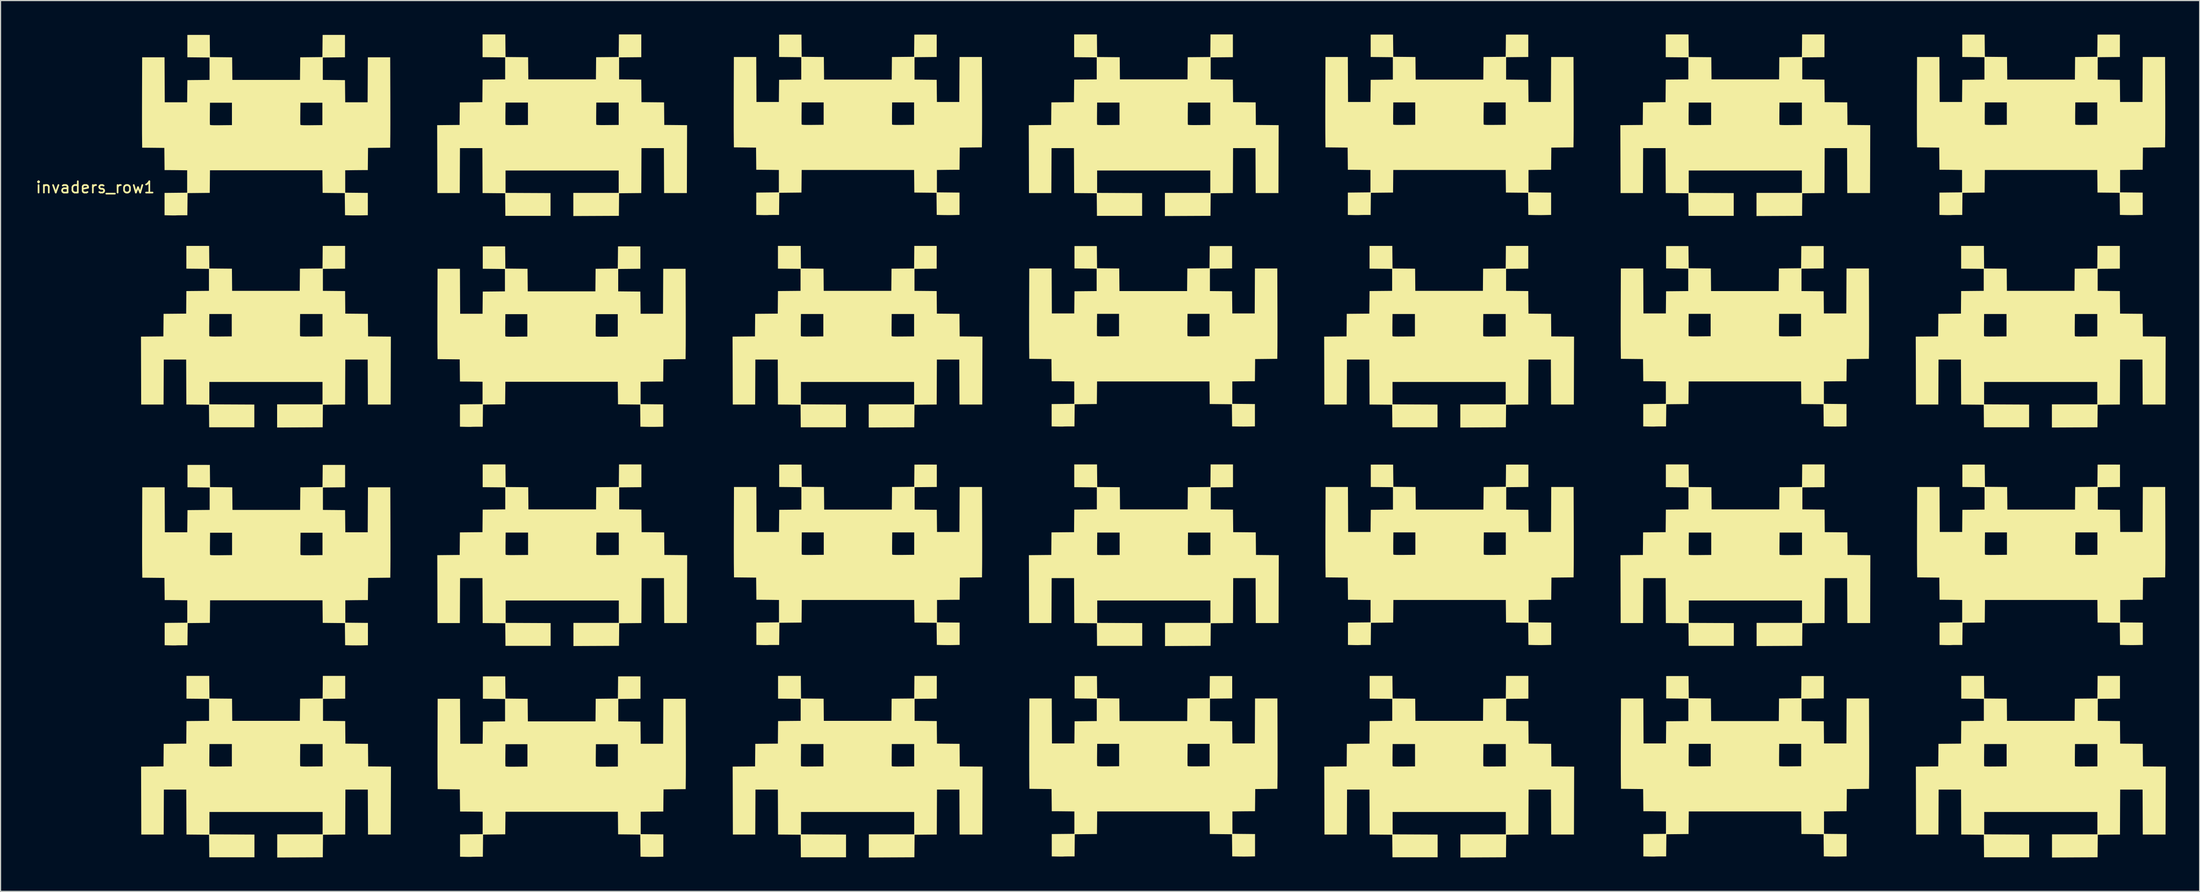
<source format=kicad_pcb>
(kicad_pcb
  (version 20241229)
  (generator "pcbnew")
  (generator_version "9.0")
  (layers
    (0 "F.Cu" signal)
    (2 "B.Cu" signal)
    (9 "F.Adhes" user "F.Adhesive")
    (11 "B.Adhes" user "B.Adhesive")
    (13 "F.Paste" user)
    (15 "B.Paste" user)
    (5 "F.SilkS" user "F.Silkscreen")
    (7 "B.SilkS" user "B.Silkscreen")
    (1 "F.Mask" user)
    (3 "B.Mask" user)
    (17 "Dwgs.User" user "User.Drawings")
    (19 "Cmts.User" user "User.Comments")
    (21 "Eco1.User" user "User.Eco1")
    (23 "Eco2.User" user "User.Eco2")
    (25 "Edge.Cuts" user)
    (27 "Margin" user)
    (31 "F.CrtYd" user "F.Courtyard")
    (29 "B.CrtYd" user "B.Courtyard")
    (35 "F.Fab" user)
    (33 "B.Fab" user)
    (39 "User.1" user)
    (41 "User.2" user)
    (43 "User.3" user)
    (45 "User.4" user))
  (footprint "invaders_row1"
    (layer "F.Cu")
    (at 5.387 14.057)
    (property "Reference" "invaders_row1" (at 0 -0.5 0) (unlocked yes) (layer "F.SilkS") (effects (font (size 1 1) (thickness 0.15))))
    (fp_poly (pts (xy 10.092 5.68) (xy 10.101 6.681) (xy 11.101 6.69) (xy 12.101 6.699) (xy 12.11 7.681) (xy 12.119 8.664) (xy 18.104 8.664) (xy 18.113 7.681) (xy 18.122 6.699) (xy 19.122 6.69) (xy 20.122 6.681) (xy 20.131 5.68) (xy 20.14 4.68) (xy 22.123 4.68) (xy 22.123 6.697) (xy 21.14 6.706) (xy 20.157 6.715) (xy 20.157 8.664) (xy 21.139 8.673) (xy 22.122 8.682) (xy 22.131 9.682) (xy 22.14 10.682) (xy 23.14 10.691) (xy 24.14 10.7) (xy 24.158 12.7) (xy 25.167 12.709) (xy 26.176 12.718) (xy 26.167 15.728) (xy 26.158 18.737) (xy 24.141 18.737) (xy 24.132 16.745) (xy 24.123 14.753) (xy 22.14 14.753) (xy 22.131 16.744) (xy 22.122 18.736) (xy 20.157 18.754) (xy 20.148 19.754) (xy 20.138 20.754) (xy 16.103 20.772) (xy 16.103 18.719) (xy 20.122 18.719) (xy 20.122 16.736) (xy 10.101 16.736) (xy 10.101 18.719) (xy 12.093 18.728) (xy 14.085 18.737) (xy 14.085 20.755) (xy 10.085 20.755) (xy 10.076 19.755) (xy 10.066 18.754) (xy 9.066 18.745) (xy 8.066 18.736) (xy 8.057 16.744) (xy 8.048 14.753) (xy 6.065 14.753) (xy 6.056 16.745) (xy 6.047 18.737) (xy 4.065 18.737) (xy 4.056 15.728) (xy 4.047 12.718) (xy 5.039 12.709) (xy 6.03 12.7) (xy 6.035 12.157) (xy 10.09 12.157) (xy 10.09 12.356) (xy 10.092 12.515) (xy 10.095 12.624) (xy 10.099 12.673) (xy 10.1 12.674) (xy 10.119 12.687) (xy 10.17 12.698) (xy 10.258 12.705) (xy 10.39 12.71) (xy 10.573 12.712) (xy 10.813 12.711) (xy 11.101 12.709) (xy 12.085 12.7) (xy 12.085 12.157) (xy 18.127 12.157) (xy 18.128 12.356) (xy 18.13 12.515) (xy 18.133 12.624) (xy 18.137 12.673) (xy 18.137 12.674) (xy 18.157 12.687) (xy 18.207 12.698) (xy 18.295 12.705) (xy 18.428 12.71) (xy 18.611 12.712) (xy 18.851 12.711) (xy 19.138 12.709) (xy 20.122 12.7) (xy 20.122 10.717) (xy 18.139 10.717) (xy 18.129 11.673) (xy 18.128 11.926) (xy 18.127 12.157) (xy 12.085 12.157) (xy 12.085 10.717) (xy 10.101 10.717) (xy 10.092 11.673) (xy 10.09 11.926) (xy 10.09 12.157) (xy 6.035 12.157) (xy 6.039 11.7) (xy 6.049 10.7) (xy 7.049 10.691) (xy 8.048 10.682) (xy 8.058 9.682) (xy 8.067 8.682) (xy 9.067 8.673) (xy 10.066 8.664) (xy 10.066 6.715) (xy 9.066 6.706) (xy 8.066 6.697) (xy 8.066 4.68) (xy 10.083 4.68)) (stroke (width 0) (type solid)) (fill yes) (layer "F.SilkS"))
    (fp_poly (pts (xy 10.102 43.78) (xy 10.111 44.781) (xy 11.111 44.79) (xy 12.111 44.799) (xy 12.12 45.781) (xy 12.129 46.764) (xy 18.114 46.764) (xy 18.123 45.781) (xy 18.132 44.799) (xy 19.132 44.79) (xy 20.132 44.781) (xy 20.141 43.78) (xy 20.15 42.78) (xy 22.132 42.78) (xy 22.132 44.797) (xy 21.149 44.806) (xy 20.167 44.815) (xy 20.167 46.764) (xy 21.149 46.773) (xy 22.131 46.782) (xy 22.141 47.782) (xy 22.15 48.782) (xy 23.15 48.791) (xy 24.149 48.8) (xy 24.168 50.8) (xy 25.177 50.809) (xy 26.186 50.818) (xy 26.177 53.828) (xy 26.168 56.837) (xy 24.151 56.837) (xy 24.142 54.845) (xy 24.133 52.853) (xy 22.15 52.853) (xy 22.141 54.844) (xy 22.132 56.836) (xy 20.167 56.854) (xy 20.157 57.854) (xy 20.148 58.854) (xy 16.113 58.872) (xy 16.113 56.819) (xy 20.132 56.819) (xy 20.132 54.836) (xy 10.111 54.836) (xy 10.111 56.819) (xy 12.103 56.828) (xy 14.095 56.837) (xy 14.095 58.855) (xy 10.095 58.855) (xy 10.085 57.855) (xy 10.076 56.854) (xy 9.076 56.845) (xy 8.076 56.836) (xy 8.067 54.844) (xy 8.058 52.853) (xy 6.075 52.853) (xy 6.066 54.845) (xy 6.057 56.837) (xy 4.075 56.837) (xy 4.066 53.828) (xy 4.057 50.818) (xy 5.048 50.809) (xy 6.04 50.8) (xy 6.045 50.257) (xy 10.099 50.257) (xy 10.1 50.456) (xy 10.102 50.615) (xy 10.105 50.724) (xy 10.109 50.773) (xy 10.109 50.774) (xy 10.129 50.787) (xy 10.179 50.798) (xy 10.268 50.805) (xy 10.4 50.81) (xy 10.583 50.812) (xy 10.823 50.811) (xy 11.11 50.809) (xy 12.094 50.8) (xy 12.094 50.257) (xy 18.137 50.257) (xy 18.138 50.456) (xy 18.14 50.615) (xy 18.143 50.724) (xy 18.147 50.773) (xy 18.147 50.774) (xy 18.166 50.787) (xy 18.217 50.798) (xy 18.305 50.805) (xy 18.438 50.81) (xy 18.62 50.812) (xy 18.86 50.811) (xy 19.148 50.809) (xy 20.132 50.8) (xy 20.132 48.817) (xy 18.148 48.817) (xy 18.139 49.773) (xy 18.137 50.026) (xy 18.137 50.257) (xy 12.094 50.257) (xy 12.094 48.817) (xy 10.111 48.817) (xy 10.102 49.773) (xy 10.1 50.026) (xy 10.099 50.257) (xy 6.045 50.257) (xy 6.049 49.8) (xy 6.058 48.8) (xy 7.058 48.791) (xy 8.058 48.782) (xy 8.067 47.782) (xy 8.076 46.782) (xy 9.076 46.773) (xy 10.076 46.764) (xy 10.076 44.815) (xy 9.076 44.806) (xy 8.075 44.797) (xy 8.075 42.78) (xy 10.092 42.78)) (stroke (width 0) (type solid)) (fill yes) (layer "F.SilkS"))
    (fp_poly (pts (xy 36.321 -13.057) (xy 36.331 -12.056) (xy 37.33 -12.047) (xy 38.33 -12.038) (xy 38.339 -11.055) (xy 38.349 -10.073) (xy 44.333 -10.073) (xy 44.343 -11.055) (xy 44.352 -12.038) (xy 45.352 -12.047) (xy 46.351 -12.056) (xy 46.361 -13.057) (xy 46.37 -14.057) (xy 48.352 -14.057) (xy 48.352 -12.04) (xy 47.369 -12.031) (xy 46.386 -12.022) (xy 46.386 -10.073) (xy 47.369 -10.064) (xy 48.351 -10.055) (xy 48.36 -9.055) (xy 48.369 -8.055) (xy 49.369 -8.046) (xy 50.369 -8.036) (xy 50.388 -6.037) (xy 51.397 -6.028) (xy 52.406 -6.018) (xy 52.397 -3.009) (xy 52.388 0) (xy 50.371 0) (xy 50.362 -1.992) (xy 50.353 -3.984) (xy 48.369 -3.984) (xy 48.361 -1.993) (xy 48.352 -0.001) (xy 46.386 0.017) (xy 46.377 1.017) (xy 46.368 2.017) (xy 42.333 2.035) (xy 42.333 -0.017) (xy 46.351 -0.017) (xy 46.351 -2.001) (xy 36.331 -2.001) (xy 36.331 -0.017) (xy 38.323 -0.008) (xy 40.315 0.001) (xy 40.315 2.018) (xy 36.314 2.018) (xy 36.305 1.018) (xy 36.296 0.017) (xy 35.296 0.008) (xy 34.296 -0.001) (xy 34.287 -1.993) (xy 34.278 -3.984) (xy 32.294 -3.984) (xy 32.285 -1.992) (xy 32.276 0) (xy 30.295 0) (xy 30.285 -3.009) (xy 30.276 -6.018) (xy 31.268 -6.028) (xy 32.26 -6.037) (xy 32.265 -6.58) (xy 36.319 -6.58) (xy 36.32 -6.381) (xy 36.322 -6.222) (xy 36.325 -6.113) (xy 36.329 -6.064) (xy 36.329 -6.063) (xy 36.348 -6.049) (xy 36.399 -6.039) (xy 36.487 -6.032) (xy 36.62 -6.027) (xy 36.803 -6.025) (xy 37.043 -6.025) (xy 37.33 -6.028) (xy 38.314 -6.037) (xy 38.314 -6.58) (xy 44.357 -6.58) (xy 44.357 -6.381) (xy 44.359 -6.222) (xy 44.362 -6.113) (xy 44.366 -6.064) (xy 44.367 -6.063) (xy 44.386 -6.049) (xy 44.437 -6.039) (xy 44.525 -6.032) (xy 44.657 -6.027) (xy 44.84 -6.025) (xy 45.08 -6.025) (xy 45.368 -6.028) (xy 46.351 -6.037) (xy 46.351 -8.02) (xy 44.368 -8.02) (xy 44.359 -7.064) (xy 44.357 -6.811) (xy 44.357 -6.58) (xy 38.314 -6.58) (xy 38.314 -8.02) (xy 36.331 -8.02) (xy 36.321 -7.064) (xy 36.319 -6.811) (xy 36.319 -6.58) (xy 32.265 -6.58) (xy 32.269 -7.037) (xy 32.278 -8.036) (xy 33.278 -8.046) (xy 34.278 -8.055) (xy 34.287 -9.055) (xy 34.296 -10.055) (xy 35.296 -10.064) (xy 36.296 -10.073) (xy 36.296 -12.022) (xy 35.295 -12.031) (xy 34.295 -12.04) (xy 34.295 -14.057) (xy 36.312 -14.057)) (stroke (width 0) (type solid)) (fill yes) (layer "F.SilkS"))
    (fp_poly (pts (xy 36.331 25.043) (xy 36.34 26.044) (xy 37.34 26.053) (xy 38.34 26.062) (xy 38.349 27.045) (xy 38.358 28.027) (xy 44.343 28.027) (xy 44.352 27.045) (xy 44.361 26.062) (xy 45.361 26.053) (xy 46.361 26.044) (xy 46.37 25.043) (xy 46.38 24.043) (xy 48.362 24.043) (xy 48.362 26.06) (xy 47.379 26.069) (xy 46.396 26.078) (xy 46.396 28.027) (xy 47.378 28.036) (xy 48.361 28.045) (xy 48.37 29.045) (xy 48.379 30.045) (xy 49.379 30.054) (xy 50.379 30.064) (xy 50.397 32.063) (xy 51.406 32.072) (xy 52.415 32.082) (xy 52.406 35.091) (xy 52.397 38.1) (xy 50.38 38.1) (xy 50.371 36.108) (xy 50.362 34.116) (xy 48.379 34.116) (xy 48.37 36.107) (xy 48.361 38.099) (xy 46.396 38.117) (xy 46.387 39.117) (xy 46.377 40.117) (xy 42.342 40.135) (xy 42.342 38.083) (xy 46.361 38.083) (xy 46.361 36.099) (xy 36.34 36.099) (xy 36.34 38.083) (xy 38.332 38.092) (xy 40.324 38.101) (xy 40.324 40.118) (xy 36.324 40.118) (xy 36.315 39.118) (xy 36.305 38.117) (xy 35.305 38.108) (xy 34.305 38.099) (xy 34.296 36.107) (xy 34.287 34.116) (xy 32.304 34.116) (xy 32.295 36.108) (xy 32.286 38.1) (xy 30.304 38.1) (xy 30.295 35.091) (xy 30.286 32.082) (xy 31.278 32.072) (xy 32.269 32.063) (xy 32.274 31.52) (xy 36.329 31.52) (xy 36.329 31.719) (xy 36.331 31.878) (xy 36.334 31.987) (xy 36.339 32.036) (xy 36.339 32.037) (xy 36.358 32.051) (xy 36.409 32.061) (xy 36.497 32.068) (xy 36.629 32.073) (xy 36.812 32.075) (xy 37.052 32.075) (xy 37.34 32.072) (xy 38.324 32.063) (xy 38.324 31.52) (xy 44.366 31.52) (xy 44.367 31.719) (xy 44.369 31.878) (xy 44.372 31.987) (xy 44.376 32.036) (xy 44.376 32.037) (xy 44.396 32.051) (xy 44.446 32.061) (xy 44.534 32.068) (xy 44.667 32.073) (xy 44.85 32.075) (xy 45.09 32.075) (xy 45.377 32.072) (xy 46.361 32.063) (xy 46.361 30.08) (xy 44.378 30.08) (xy 44.369 31.036) (xy 44.367 31.289) (xy 44.366 31.52) (xy 38.324 31.52) (xy 38.324 30.08) (xy 36.34 30.08) (xy 36.331 31.036) (xy 36.329 31.289) (xy 36.329 31.52) (xy 32.274 31.52) (xy 32.279 31.063) (xy 32.288 30.064) (xy 33.288 30.054) (xy 34.287 30.045) (xy 34.297 29.045) (xy 34.306 28.045) (xy 35.306 28.036) (xy 36.305 28.027) (xy 36.305 26.078) (xy 35.305 26.069) (xy 34.305 26.06) (xy 34.305 24.043) (xy 36.322 24.043)) (stroke (width 0) (type solid)) (fill yes) (layer "F.SilkS"))
    (fp_poly (pts (xy 62.479 5.68) (xy 62.489 6.681) (xy 63.489 6.69) (xy 64.488 6.699) (xy 64.498 7.681) (xy 64.507 8.664) (xy 70.491 8.664) (xy 70.501 7.681) (xy 70.51 6.699) (xy 71.51 6.69) (xy 72.51 6.681) (xy 72.519 5.68) (xy 72.528 4.68) (xy 74.51 4.68) (xy 74.51 6.697) (xy 73.527 6.706) (xy 72.544 6.715) (xy 72.544 8.664) (xy 73.527 8.673) (xy 74.509 8.682) (xy 74.518 9.682) (xy 74.528 10.682) (xy 75.527 10.691) (xy 76.527 10.7) (xy 76.546 12.7) (xy 77.555 12.709) (xy 78.564 12.718) (xy 78.555 15.728) (xy 78.546 18.737) (xy 76.529 18.737) (xy 76.52 16.745) (xy 76.511 14.753) (xy 74.528 14.753) (xy 74.519 16.744) (xy 74.51 18.736) (xy 72.544 18.754) (xy 72.535 19.754) (xy 72.526 20.754) (xy 68.491 20.772) (xy 68.491 18.719) (xy 72.51 18.719) (xy 72.51 16.736) (xy 62.489 16.736) (xy 62.489 18.719) (xy 64.481 18.728) (xy 66.473 18.737) (xy 66.473 20.755) (xy 62.472 20.755) (xy 62.463 19.755) (xy 62.454 18.754) (xy 61.454 18.745) (xy 60.454 18.736) (xy 60.445 16.744) (xy 60.436 14.753) (xy 58.453 14.753) (xy 58.444 16.745) (xy 58.435 18.737) (xy 56.453 18.737) (xy 56.444 15.728) (xy 56.434 12.718) (xy 57.426 12.709) (xy 58.418 12.7) (xy 58.423 12.157) (xy 62.477 12.157) (xy 62.478 12.356) (xy 62.48 12.515) (xy 62.483 12.624) (xy 62.487 12.673) (xy 62.487 12.674) (xy 62.507 12.687) (xy 62.557 12.698) (xy 62.645 12.705) (xy 62.778 12.71) (xy 62.961 12.712) (xy 63.201 12.711) (xy 63.488 12.709) (xy 64.472 12.7) (xy 64.472 12.157) (xy 70.515 12.157) (xy 70.515 12.356) (xy 70.517 12.515) (xy 70.52 12.624) (xy 70.525 12.673) (xy 70.525 12.674) (xy 70.544 12.687) (xy 70.595 12.698) (xy 70.683 12.705) (xy 70.815 12.71) (xy 70.998 12.712) (xy 71.238 12.711) (xy 71.526 12.709) (xy 72.51 12.7) (xy 72.51 10.717) (xy 70.526 10.717) (xy 70.517 11.673) (xy 70.515 11.926) (xy 70.515 12.157) (xy 64.472 12.157) (xy 64.472 10.717) (xy 62.489 10.717) (xy 62.479 11.673) (xy 62.478 11.926) (xy 62.477 12.157) (xy 58.423 12.157) (xy 58.427 11.7) (xy 58.436 10.7) (xy 59.436 10.691) (xy 60.436 10.682) (xy 60.445 9.682) (xy 60.454 8.682) (xy 61.454 8.673) (xy 62.454 8.664) (xy 62.454 6.715) (xy 61.454 6.706) (xy 60.453 6.697) (xy 60.453 4.68) (xy 62.47 4.68)) (stroke (width 0) (type solid)) (fill yes) (layer "F.SilkS"))
    (fp_poly (pts (xy 62.489 43.78) (xy 62.498 44.781) (xy 63.498 44.79) (xy 64.498 44.799) (xy 64.507 45.781) (xy 64.516 46.764) (xy 70.501 46.764) (xy 70.51 45.781) (xy 70.52 44.799) (xy 71.519 44.79) (xy 72.519 44.781) (xy 72.528 43.78) (xy 72.538 42.78) (xy 74.52 42.78) (xy 74.52 44.797) (xy 73.537 44.806) (xy 72.554 44.815) (xy 72.554 46.764) (xy 73.536 46.773) (xy 74.519 46.782) (xy 74.528 47.782) (xy 74.537 48.782) (xy 75.537 48.791) (xy 76.537 48.8) (xy 76.555 50.8) (xy 77.564 50.809) (xy 78.573 50.818) (xy 78.564 53.828) (xy 78.555 56.837) (xy 76.539 56.837) (xy 76.53 54.845) (xy 76.521 52.853) (xy 74.537 52.853) (xy 74.528 54.844) (xy 74.519 56.836) (xy 72.554 56.854) (xy 72.545 57.854) (xy 72.536 58.854) (xy 68.5 58.872) (xy 68.5 56.819) (xy 72.519 56.819) (xy 72.519 54.836) (xy 62.498 54.836) (xy 62.498 56.819) (xy 64.49 56.828) (xy 66.482 56.837) (xy 66.482 58.855) (xy 62.482 58.855) (xy 62.473 57.855) (xy 62.464 56.854) (xy 61.464 56.845) (xy 60.463 56.836) (xy 60.455 54.844) (xy 60.446 52.853) (xy 58.462 52.853) (xy 58.453 54.845) (xy 58.444 56.837) (xy 56.462 56.837) (xy 56.453 53.828) (xy 56.444 50.818) (xy 57.436 50.809) (xy 58.427 50.8) (xy 58.432 50.257) (xy 62.487 50.257) (xy 62.488 50.456) (xy 62.49 50.615) (xy 62.493 50.724) (xy 62.497 50.773) (xy 62.497 50.774) (xy 62.516 50.787) (xy 62.567 50.798) (xy 62.655 50.805) (xy 62.787 50.81) (xy 62.97 50.812) (xy 63.21 50.811) (xy 63.498 50.809) (xy 64.482 50.8) (xy 64.482 50.257) (xy 70.524 50.257) (xy 70.525 50.456) (xy 70.527 50.615) (xy 70.53 50.724) (xy 70.534 50.773) (xy 70.534 50.774) (xy 70.554 50.787) (xy 70.604 50.798) (xy 70.693 50.805) (xy 70.825 50.81) (xy 71.008 50.812) (xy 71.248 50.811) (xy 71.535 50.809) (xy 72.519 50.8) (xy 72.519 48.817) (xy 70.536 48.817) (xy 70.527 49.773) (xy 70.525 50.026) (xy 70.524 50.257) (xy 64.482 50.257) (xy 64.482 48.817) (xy 62.498 48.817) (xy 62.489 49.773) (xy 62.487 50.026) (xy 62.487 50.257) (xy 58.432 50.257) (xy 58.437 49.8) (xy 58.446 48.8) (xy 59.446 48.791) (xy 60.446 48.782) (xy 60.455 47.782) (xy 60.464 46.782) (xy 61.464 46.773) (xy 62.464 46.764) (xy 62.464 44.815) (xy 61.463 44.806) (xy 60.463 44.797) (xy 60.463 42.78) (xy 62.48 42.78)) (stroke (width 0) (type solid)) (fill yes) (layer "F.SilkS"))
    (fp_poly (pts (xy 88.709 -13.057) (xy 88.718 -12.056) (xy 89.718 -12.047) (xy 90.718 -12.038) (xy 90.727 -11.055) (xy 90.736 -10.073) (xy 96.721 -10.073) (xy 96.73 -11.055) (xy 96.739 -12.038) (xy 97.739 -12.047) (xy 98.739 -12.056) (xy 98.748 -13.057) (xy 98.757 -14.057) (xy 100.74 -14.057) (xy 100.74 -12.04) (xy 99.757 -12.031) (xy 98.774 -12.022) (xy 98.774 -10.073) (xy 99.756 -10.064) (xy 100.739 -10.055) (xy 100.748 -9.055) (xy 100.757 -8.055) (xy 101.757 -8.046) (xy 102.757 -8.036) (xy 102.775 -6.037) (xy 103.784 -6.028) (xy 104.793 -6.018) (xy 104.784 -3.009) (xy 104.775 0) (xy 102.758 0) (xy 102.749 -1.992) (xy 102.74 -3.984) (xy 100.757 -3.984) (xy 100.748 -1.993) (xy 100.739 -0.001) (xy 98.774 0.017) (xy 98.764 1.017) (xy 98.755 2.017) (xy 94.72 2.035) (xy 94.72 -0.017) (xy 98.739 -0.017) (xy 98.739 -2.001) (xy 88.718 -2.001) (xy 88.718 -0.017) (xy 90.71 -0.008) (xy 92.702 0.001) (xy 92.702 2.018) (xy 88.702 2.018) (xy 88.693 1.018) (xy 88.683 0.017) (xy 87.683 0.008) (xy 86.683 -0.001) (xy 86.674 -1.993) (xy 86.665 -3.984) (xy 84.682 -3.984) (xy 84.673 -1.992) (xy 84.664 0) (xy 82.682 0) (xy 82.673 -3.009) (xy 82.664 -6.018) (xy 83.655 -6.028) (xy 84.647 -6.037) (xy 84.652 -6.58) (xy 88.706 -6.58) (xy 88.707 -6.381) (xy 88.709 -6.222) (xy 88.712 -6.113) (xy 88.716 -6.064) (xy 88.717 -6.063) (xy 88.736 -6.049) (xy 88.786 -6.039) (xy 88.875 -6.032) (xy 89.007 -6.027) (xy 89.19 -6.025) (xy 89.43 -6.025) (xy 89.718 -6.028) (xy 90.701 -6.037) (xy 90.701 -6.58) (xy 96.744 -6.58) (xy 96.745 -6.381) (xy 96.747 -6.222) (xy 96.75 -6.113) (xy 96.754 -6.064) (xy 96.754 -6.063) (xy 96.773 -6.049) (xy 96.824 -6.039) (xy 96.912 -6.032) (xy 97.045 -6.027) (xy 97.228 -6.025) (xy 97.468 -6.025) (xy 97.755 -6.028) (xy 98.739 -6.037) (xy 98.739 -8.02) (xy 96.756 -8.02) (xy 96.746 -7.064) (xy 96.745 -6.811) (xy 96.744 -6.58) (xy 90.701 -6.58) (xy 90.701 -8.02) (xy 88.718 -8.02) (xy 88.709 -7.064) (xy 88.707 -6.811) (xy 88.706 -6.58) (xy 84.652 -6.58) (xy 84.656 -7.037) (xy 84.666 -8.036) (xy 85.665 -8.046) (xy 86.665 -8.055) (xy 86.674 -9.055) (xy 86.684 -10.055) (xy 87.683 -10.064) (xy 88.683 -10.073) (xy 88.683 -12.022) (xy 87.683 -12.031) (xy 86.683 -12.04) (xy 86.683 -14.057) (xy 88.7 -14.057)) (stroke (width 0) (type solid)) (fill yes) (layer "F.SilkS"))
    (fp_poly (pts (xy 88.719 25.043) (xy 88.728 26.044) (xy 89.728 26.053) (xy 90.727 26.062) (xy 90.737 27.045) (xy 90.746 28.027) (xy 96.731 28.027) (xy 96.74 27.045) (xy 96.749 26.062) (xy 97.749 26.053) (xy 98.749 26.044) (xy 98.758 25.043) (xy 98.767 24.043) (xy 100.749 24.043) (xy 100.749 26.06) (xy 99.766 26.069) (xy 98.783 26.078) (xy 98.783 28.027) (xy 99.766 28.036) (xy 100.748 28.045) (xy 100.757 29.045) (xy 100.767 30.045) (xy 101.766 30.054) (xy 102.766 30.064) (xy 102.785 32.063) (xy 103.794 32.072) (xy 104.803 32.082) (xy 104.794 35.091) (xy 104.785 38.1) (xy 102.768 38.1) (xy 102.759 36.108) (xy 102.75 34.116) (xy 100.767 34.116) (xy 100.758 36.107) (xy 100.749 38.099) (xy 98.783 38.117) (xy 98.774 39.117) (xy 98.765 40.117) (xy 94.73 40.135) (xy 94.73 38.083) (xy 98.749 38.083) (xy 98.749 36.099) (xy 88.728 36.099) (xy 88.728 38.083) (xy 90.72 38.092) (xy 92.712 38.101) (xy 92.712 40.118) (xy 88.711 40.118) (xy 88.702 39.118) (xy 88.693 38.117) (xy 87.693 38.108) (xy 86.693 38.099) (xy 86.684 36.107) (xy 86.675 34.116) (xy 84.692 34.116) (xy 84.683 36.108) (xy 84.674 38.1) (xy 82.692 38.1) (xy 82.683 35.091) (xy 82.674 32.082) (xy 83.665 32.072) (xy 84.657 32.063) (xy 84.662 31.52) (xy 88.716 31.52) (xy 88.717 31.719) (xy 88.719 31.878) (xy 88.722 31.987) (xy 88.726 32.036) (xy 88.726 32.037) (xy 88.746 32.051) (xy 88.796 32.061) (xy 88.884 32.068) (xy 89.017 32.073) (xy 89.2 32.075) (xy 89.44 32.075) (xy 89.727 32.072) (xy 90.711 32.063) (xy 90.711 31.52) (xy 96.754 31.52) (xy 96.754 31.719) (xy 96.756 31.878) (xy 96.759 31.987) (xy 96.764 32.036) (xy 96.764 32.037) (xy 96.783 32.051) (xy 96.834 32.061) (xy 96.922 32.068) (xy 97.054 32.073) (xy 97.237 32.075) (xy 97.477 32.075) (xy 97.765 32.072) (xy 98.749 32.063) (xy 98.749 30.08) (xy 96.765 30.08) (xy 96.756 31.036) (xy 96.754 31.289) (xy 96.754 31.52) (xy 90.711 31.52) (xy 90.711 30.08) (xy 88.728 30.08) (xy 88.719 31.036) (xy 88.717 31.289) (xy 88.716 31.52) (xy 84.662 31.52) (xy 84.666 31.063) (xy 84.675 30.064) (xy 85.675 30.054) (xy 86.675 30.045) (xy 86.684 29.045) (xy 86.693 28.045) (xy 87.693 28.036) (xy 88.693 28.027) (xy 88.693 26.078) (xy 87.693 26.069) (xy 86.692 26.06) (xy 86.692 24.043) (xy 88.709 24.043)) (stroke (width 0) (type solid)) (fill yes) (layer "F.SilkS"))
    (fp_poly (pts (xy 114.867 5.68) (xy 114.876 6.681) (xy 115.876 6.69) (xy 116.876 6.699) (xy 116.885 7.681) (xy 116.894 8.664) (xy 122.879 8.664) (xy 122.888 7.681) (xy 122.897 6.699) (xy 123.897 6.69) (xy 124.897 6.681) (xy 124.906 5.68) (xy 124.915 4.68) (xy 126.898 4.68) (xy 126.898 6.697) (xy 125.915 6.706) (xy 124.932 6.715) (xy 124.932 8.664) (xy 125.914 8.673) (xy 126.897 8.682) (xy 126.906 9.682) (xy 126.915 10.682) (xy 127.915 10.691) (xy 128.915 10.7) (xy 128.933 12.7) (xy 129.942 12.709) (xy 130.951 12.718) (xy 130.942 15.728) (xy 130.933 18.737) (xy 128.916 18.737) (xy 128.907 16.745) (xy 128.898 14.753) (xy 126.915 14.753) (xy 126.906 16.744) (xy 126.897 18.736) (xy 124.932 18.754) (xy 124.923 19.754) (xy 124.913 20.754) (xy 120.878 20.772) (xy 120.878 18.719) (xy 124.897 18.719) (xy 124.897 16.736) (xy 114.876 16.736) (xy 114.876 18.719) (xy 116.868 18.728) (xy 118.86 18.737) (xy 118.86 20.755) (xy 114.86 20.755) (xy 114.851 19.755) (xy 114.841 18.754) (xy 113.841 18.745) (xy 112.841 18.736) (xy 112.832 16.744) (xy 112.823 14.753) (xy 110.84 14.753) (xy 110.831 16.745) (xy 110.822 18.737) (xy 108.84 18.737) (xy 108.831 15.728) (xy 108.822 12.718) (xy 109.814 12.709) (xy 110.805 12.7) (xy 110.81 12.157) (xy 114.865 12.157) (xy 114.865 12.356) (xy 114.867 12.515) (xy 114.87 12.624) (xy 114.874 12.673) (xy 114.875 12.674) (xy 114.894 12.687) (xy 114.945 12.698) (xy 115.033 12.705) (xy 115.165 12.71) (xy 115.348 12.712) (xy 115.588 12.711) (xy 115.876 12.709) (xy 116.859 12.7) (xy 116.859 12.157) (xy 122.902 12.157) (xy 122.903 12.356) (xy 122.905 12.515) (xy 122.908 12.624) (xy 122.912 12.673) (xy 122.912 12.674) (xy 122.932 12.687) (xy 122.982 12.698) (xy 123.07 12.705) (xy 123.203 12.71) (xy 123.386 12.712) (xy 123.626 12.711) (xy 123.913 12.709) (xy 124.897 12.7) (xy 124.897 10.717) (xy 122.914 10.717) (xy 122.904 11.673) (xy 122.903 11.926) (xy 122.902 12.157) (xy 116.859 12.157) (xy 116.859 10.717) (xy 114.876 10.717) (xy 114.867 11.673) (xy 114.865 11.926) (xy 114.865 12.157) (xy 110.81 12.157) (xy 110.814 11.7) (xy 110.824 10.7) (xy 111.824 10.691) (xy 112.823 10.682) (xy 112.833 9.682) (xy 112.842 8.682) (xy 113.842 8.673) (xy 114.841 8.664) (xy 114.841 6.715) (xy 113.841 6.706) (xy 112.841 6.697) (xy 112.841 4.68) (xy 114.858 4.68)) (stroke (width 0) (type solid)) (fill yes) (layer "F.SilkS"))
    (fp_poly (pts (xy 114.877 43.78) (xy 114.886 44.781) (xy 115.886 44.79) (xy 116.885 44.799) (xy 116.895 45.781) (xy 116.904 46.764) (xy 122.889 46.764) (xy 122.898 45.781) (xy 122.907 44.799) (xy 123.907 44.79) (xy 124.907 44.781) (xy 124.916 43.78) (xy 124.925 42.78) (xy 126.907 42.78) (xy 126.907 44.797) (xy 125.924 44.806) (xy 124.942 44.815) (xy 124.942 46.764) (xy 125.924 46.773) (xy 126.906 46.782) (xy 126.916 47.782) (xy 126.925 48.782) (xy 127.925 48.791) (xy 128.924 48.8) (xy 128.943 50.8) (xy 129.952 50.809) (xy 130.961 50.818) (xy 130.952 53.828) (xy 130.943 56.837) (xy 128.926 56.837) (xy 128.917 54.845) (xy 128.908 52.853) (xy 126.925 52.853) (xy 126.916 54.844) (xy 126.907 56.836) (xy 124.942 56.854) (xy 124.932 57.854) (xy 124.923 58.854) (xy 120.888 58.872) (xy 120.888 56.819) (xy 124.907 56.819) (xy 124.907 54.836) (xy 114.886 54.836) (xy 114.886 56.819) (xy 116.878 56.828) (xy 118.87 56.837) (xy 118.87 58.855) (xy 114.87 58.855) (xy 114.86 57.855) (xy 114.851 56.854) (xy 113.851 56.845) (xy 112.851 56.836) (xy 112.842 54.844) (xy 112.833 52.853) (xy 110.85 52.853) (xy 110.841 54.845) (xy 110.832 56.837) (xy 108.85 56.837) (xy 108.841 53.828) (xy 108.832 50.818) (xy 109.823 50.809) (xy 110.815 50.8) (xy 110.82 50.257) (xy 114.874 50.257) (xy 114.875 50.456) (xy 114.877 50.615) (xy 114.88 50.724) (xy 114.884 50.773) (xy 114.884 50.774) (xy 114.904 50.787) (xy 114.954 50.798) (xy 115.043 50.805) (xy 115.175 50.81) (xy 115.358 50.812) (xy 115.598 50.811) (xy 115.885 50.809) (xy 116.869 50.8) (xy 116.869 50.257) (xy 122.912 50.257) (xy 122.913 50.456) (xy 122.915 50.615) (xy 122.918 50.724) (xy 122.922 50.773) (xy 122.922 50.774) (xy 122.941 50.787) (xy 122.992 50.798) (xy 123.08 50.805) (xy 123.213 50.81) (xy 123.395 50.812) (xy 123.635 50.811) (xy 123.923 50.809) (xy 124.907 50.8) (xy 124.907 48.817) (xy 122.923 48.817) (xy 122.914 49.773) (xy 122.912 50.026) (xy 122.912 50.257) (xy 116.869 50.257) (xy 116.869 48.817) (xy 114.886 48.817) (xy 114.877 49.773) (xy 114.875 50.026) (xy 114.874 50.257) (xy 110.82 50.257) (xy 110.824 49.8) (xy 110.833 48.8) (xy 111.833 48.791) (xy 112.833 48.782) (xy 112.842 47.782) (xy 112.851 46.782) (xy 113.851 46.773) (xy 114.851 46.764) (xy 114.851 44.815) (xy 113.851 44.806) (xy 112.85 44.797) (xy 112.85 42.78) (xy 114.867 42.78)) (stroke (width 0) (type solid)) (fill yes) (layer "F.SilkS"))
    (fp_poly (pts (xy 141.096 -13.057) (xy 141.106 -12.056) (xy 142.105 -12.047) (xy 143.105 -12.038) (xy 143.114 -11.055) (xy 143.124 -10.073) (xy 149.108 -10.073) (xy 149.118 -11.055) (xy 149.127 -12.038) (xy 150.127 -12.047) (xy 151.126 -12.056) (xy 151.136 -13.057) (xy 151.145 -14.057) (xy 153.127 -14.057) (xy 153.127 -12.04) (xy 152.144 -12.031) (xy 151.161 -12.022) (xy 151.161 -10.073) (xy 152.144 -10.064) (xy 153.126 -10.055) (xy 153.135 -9.055) (xy 153.144 -8.055) (xy 154.144 -8.046) (xy 155.144 -8.036) (xy 155.163 -6.037) (xy 156.172 -6.028) (xy 157.181 -6.018) (xy 157.172 -3.009) (xy 157.162 0) (xy 155.146 0) (xy 155.137 -1.992) (xy 155.128 -3.984) (xy 153.144 -3.984) (xy 153.136 -1.993) (xy 153.127 -0.001) (xy 151.161 0.017) (xy 151.152 1.017) (xy 151.143 2.017) (xy 147.108 2.035) (xy 147.108 -0.017) (xy 151.126 -0.017) (xy 151.126 -2.001) (xy 141.106 -2.001) (xy 141.106 -0.017) (xy 143.098 -0.008) (xy 145.09 0.001) (xy 145.09 2.018) (xy 141.089 2.018) (xy 141.08 1.018) (xy 141.071 0.017) (xy 140.071 0.008) (xy 139.071 -0.001) (xy 139.062 -1.993) (xy 139.053 -3.984) (xy 137.069 -3.984) (xy 137.06 -1.992) (xy 137.051 0) (xy 135.07 0) (xy 135.06 -3.009) (xy 135.051 -6.018) (xy 136.043 -6.028) (xy 137.035 -6.037) (xy 137.04 -6.58) (xy 141.094 -6.58) (xy 141.095 -6.381) (xy 141.097 -6.222) (xy 141.1 -6.113) (xy 141.104 -6.064) (xy 141.104 -6.063) (xy 141.123 -6.049) (xy 141.174 -6.039) (xy 141.262 -6.032) (xy 141.395 -6.027) (xy 141.578 -6.025) (xy 141.818 -6.025) (xy 142.105 -6.028) (xy 143.089 -6.037) (xy 143.089 -6.58) (xy 149.132 -6.58) (xy 149.132 -6.381) (xy 149.134 -6.222) (xy 149.137 -6.113) (xy 149.141 -6.064) (xy 149.142 -6.063) (xy 149.161 -6.049) (xy 149.212 -6.039) (xy 149.3 -6.032) (xy 149.432 -6.027) (xy 149.615 -6.025) (xy 149.855 -6.025) (xy 150.143 -6.028) (xy 151.126 -6.037) (xy 151.126 -8.02) (xy 149.143 -8.02) (xy 149.134 -7.064) (xy 149.132 -6.811) (xy 149.132 -6.58) (xy 143.089 -6.58) (xy 143.089 -8.02) (xy 141.106 -8.02) (xy 141.096 -7.064) (xy 141.094 -6.811) (xy 141.094 -6.58) (xy 137.04 -6.58) (xy 137.044 -7.037) (xy 137.053 -8.036) (xy 138.053 -8.046) (xy 139.053 -8.055) (xy 139.062 -9.055) (xy 139.071 -10.055) (xy 140.071 -10.064) (xy 141.071 -10.073) (xy 141.071 -12.022) (xy 140.07 -12.031) (xy 139.07 -12.04) (xy 139.07 -14.057) (xy 141.087 -14.057)) (stroke (width 0) (type solid)) (fill yes) (layer "F.SilkS"))
    (fp_poly (pts (xy 141.106 25.043) (xy 141.115 26.044) (xy 142.115 26.053) (xy 143.115 26.062) (xy 143.124 27.045) (xy 143.133 28.027) (xy 149.118 28.027) (xy 149.127 27.045) (xy 149.136 26.062) (xy 150.136 26.053) (xy 151.136 26.044) (xy 151.145 25.043) (xy 151.155 24.043) (xy 153.137 24.043) (xy 153.137 26.06) (xy 152.154 26.069) (xy 151.171 26.078) (xy 151.171 28.027) (xy 152.153 28.036) (xy 153.136 28.045) (xy 153.145 29.045) (xy 153.154 30.045) (xy 154.154 30.054) (xy 155.154 30.064) (xy 155.172 32.063) (xy 156.181 32.072) (xy 157.19 32.082) (xy 157.181 35.091) (xy 157.172 38.1) (xy 155.155 38.1) (xy 155.146 36.108) (xy 155.137 34.116) (xy 153.154 34.116) (xy 153.145 36.107) (xy 153.136 38.099) (xy 151.171 38.117) (xy 151.162 39.117) (xy 151.152 40.117) (xy 147.117 40.135) (xy 147.117 38.083) (xy 151.136 38.083) (xy 151.136 36.099) (xy 141.115 36.099) (xy 141.115 38.083) (xy 143.107 38.092) (xy 145.099 38.101) (xy 145.099 40.118) (xy 141.099 40.118) (xy 141.09 39.118) (xy 141.08 38.117) (xy 140.08 38.108) (xy 139.08 38.099) (xy 139.071 36.107) (xy 139.062 34.116) (xy 137.079 34.116) (xy 137.07 36.108) (xy 137.061 38.1) (xy 135.079 38.1) (xy 135.07 35.091) (xy 135.061 32.082) (xy 136.053 32.072) (xy 137.044 32.063) (xy 137.049 31.52) (xy 141.104 31.52) (xy 141.104 31.719) (xy 141.106 31.878) (xy 141.109 31.987) (xy 141.114 32.036) (xy 141.114 32.037) (xy 141.133 32.051) (xy 141.184 32.061) (xy 141.272 32.068) (xy 141.404 32.073) (xy 141.587 32.075) (xy 141.827 32.075) (xy 142.115 32.072) (xy 143.099 32.063) (xy 143.099 31.52) (xy 149.141 31.52) (xy 149.142 31.719) (xy 149.144 31.878) (xy 149.147 31.987) (xy 149.151 32.036) (xy 149.151 32.037) (xy 149.171 32.051) (xy 149.221 32.061) (xy 149.309 32.068) (xy 149.442 32.073) (xy 149.625 32.075) (xy 149.865 32.075) (xy 150.152 32.072) (xy 151.136 32.063) (xy 151.136 30.08) (xy 149.153 30.08) (xy 149.144 31.036) (xy 149.142 31.289) (xy 149.141 31.52) (xy 143.099 31.52) (xy 143.099 30.08) (xy 141.115 30.08) (xy 141.106 31.036) (xy 141.104 31.289) (xy 141.104 31.52) (xy 137.049 31.52) (xy 137.054 31.063) (xy 137.063 30.064) (xy 138.063 30.054) (xy 139.062 30.045) (xy 139.072 29.045) (xy 139.081 28.045) (xy 140.081 28.036) (xy 141.08 28.027) (xy 141.08 26.078) (xy 140.08 26.069) (xy 139.08 26.06) (xy 139.08 24.043) (xy 141.097 24.043)) (stroke (width 0) (type solid)) (fill yes) (layer "F.SilkS"))
    (fp_poly (pts (xy 167.254 5.68) (xy 167.264 6.681) (xy 168.264 6.69) (xy 169.263 6.699) (xy 169.273 7.681) (xy 169.282 8.664) (xy 175.266 8.664) (xy 175.276 7.681) (xy 175.285 6.699) (xy 176.285 6.69) (xy 177.285 6.681) (xy 177.294 5.68) (xy 177.303 4.68) (xy 179.285 4.68) (xy 179.285 6.697) (xy 178.302 6.706) (xy 177.319 6.715) (xy 177.319 8.664) (xy 178.302 8.673) (xy 179.284 8.682) (xy 179.293 9.682) (xy 179.303 10.682) (xy 180.302 10.691) (xy 181.302 10.7) (xy 181.321 12.7) (xy 182.33 12.709) (xy 183.339 12.718) (xy 183.33 15.728) (xy 183.321 18.737) (xy 181.304 18.737) (xy 181.295 16.745) (xy 181.286 14.753) (xy 179.303 14.753) (xy 179.294 16.744) (xy 179.285 18.736) (xy 177.319 18.754) (xy 177.31 19.754) (xy 177.301 20.754) (xy 173.266 20.772) (xy 173.266 18.719) (xy 177.285 18.719) (xy 177.285 16.736) (xy 167.264 16.736) (xy 167.264 18.719) (xy 169.256 18.728) (xy 171.248 18.737) (xy 171.248 20.755) (xy 167.247 20.755) (xy 167.238 19.755) (xy 167.229 18.754) (xy 166.229 18.745) (xy 165.229 18.736) (xy 165.22 16.744) (xy 165.211 14.753) (xy 163.228 14.753) (xy 163.219 16.745) (xy 163.21 18.737) (xy 161.228 18.737) (xy 161.219 15.728) (xy 161.209 12.718) (xy 162.201 12.709) (xy 163.193 12.7) (xy 163.198 12.157) (xy 167.252 12.157) (xy 167.253 12.356) (xy 167.255 12.515) (xy 167.258 12.624) (xy 167.262 12.673) (xy 167.262 12.674) (xy 167.282 12.687) (xy 167.332 12.698) (xy 167.42 12.705) (xy 167.553 12.71) (xy 167.736 12.712) (xy 167.976 12.711) (xy 168.263 12.709) (xy 169.247 12.7) (xy 169.247 12.157) (xy 175.29 12.157) (xy 175.29 12.356) (xy 175.292 12.515) (xy 175.295 12.624) (xy 175.3 12.673) (xy 175.3 12.674) (xy 175.319 12.687) (xy 175.37 12.698) (xy 175.458 12.705) (xy 175.59 12.71) (xy 175.773 12.712) (xy 176.013 12.711) (xy 176.301 12.709) (xy 177.285 12.7) (xy 177.285 10.717) (xy 175.301 10.717) (xy 175.292 11.673) (xy 175.29 11.926) (xy 175.29 12.157) (xy 169.247 12.157) (xy 169.247 10.717) (xy 167.264 10.717) (xy 167.254 11.673) (xy 167.253 11.926) (xy 167.252 12.157) (xy 163.198 12.157) (xy 163.202 11.7) (xy 163.211 10.7) (xy 164.211 10.691) (xy 165.211 10.682) (xy 165.22 9.682) (xy 165.229 8.682) (xy 166.229 8.673) (xy 167.229 8.664) (xy 167.229 6.715) (xy 166.229 6.706) (xy 165.228 6.697) (xy 165.228 4.68) (xy 167.245 4.68)) (stroke (width 0) (type solid)) (fill yes) (layer "F.SilkS"))
    (fp_poly (pts (xy 167.264 43.78) (xy 167.273 44.781) (xy 168.273 44.79) (xy 169.273 44.799) (xy 169.282 45.781) (xy 169.291 46.764) (xy 175.276 46.764) (xy 175.285 45.781) (xy 175.295 44.799) (xy 176.294 44.79) (xy 177.294 44.781) (xy 177.303 43.78) (xy 177.313 42.78) (xy 179.295 42.78) (xy 179.295 44.797) (xy 178.312 44.806) (xy 177.329 44.815) (xy 177.329 46.764) (xy 178.311 46.773) (xy 179.294 46.782) (xy 179.303 47.782) (xy 179.312 48.782) (xy 180.312 48.791) (xy 181.312 48.8) (xy 181.33 50.8) (xy 182.339 50.809) (xy 183.348 50.818) (xy 183.339 53.828) (xy 183.33 56.837) (xy 181.314 56.837) (xy 181.305 54.845) (xy 181.296 52.853) (xy 179.312 52.853) (xy 179.303 54.844) (xy 179.294 56.836) (xy 177.329 56.854) (xy 177.32 57.854) (xy 177.311 58.854) (xy 173.275 58.872) (xy 173.275 56.819) (xy 177.294 56.819) (xy 177.294 54.836) (xy 167.273 54.836) (xy 167.273 56.819) (xy 169.265 56.828) (xy 171.257 56.837) (xy 171.257 58.855) (xy 167.257 58.855) (xy 167.248 57.855) (xy 167.239 56.854) (xy 166.239 56.845) (xy 165.238 56.836) (xy 165.23 54.844) (xy 165.221 52.853) (xy 163.237 52.853) (xy 163.228 54.845) (xy 163.219 56.837) (xy 161.237 56.837) (xy 161.228 53.828) (xy 161.219 50.818) (xy 162.211 50.809) (xy 163.202 50.8) (xy 163.207 50.257) (xy 167.262 50.257) (xy 167.263 50.456) (xy 167.265 50.615) (xy 167.268 50.724) (xy 167.272 50.773) (xy 167.272 50.774) (xy 167.291 50.787) (xy 167.342 50.798) (xy 167.43 50.805) (xy 167.562 50.81) (xy 167.745 50.812) (xy 167.985 50.811) (xy 168.273 50.809) (xy 169.257 50.8) (xy 169.257 50.257) (xy 175.299 50.257) (xy 175.3 50.456) (xy 175.302 50.615) (xy 175.305 50.724) (xy 175.309 50.773) (xy 175.309 50.774) (xy 175.329 50.787) (xy 175.379 50.798) (xy 175.468 50.805) (xy 175.6 50.81) (xy 175.783 50.812) (xy 176.023 50.811) (xy 176.31 50.809) (xy 177.294 50.8) (xy 177.294 48.817) (xy 175.311 48.817) (xy 175.302 49.773) (xy 175.3 50.026) (xy 175.299 50.257) (xy 169.257 50.257) (xy 169.257 48.817) (xy 167.273 48.817) (xy 167.264 49.773) (xy 167.262 50.026) (xy 167.262 50.257) (xy 163.207 50.257) (xy 163.212 49.8) (xy 163.221 48.8) (xy 164.221 48.791) (xy 165.221 48.782) (xy 165.23 47.782) (xy 165.239 46.782) (xy 166.239 46.773) (xy 167.239 46.764) (xy 167.239 44.815) (xy 166.238 44.806) (xy 165.238 44.797) (xy 165.238 42.78) (xy 167.255 42.78)) (stroke (width 0) (type solid)) (fill yes) (layer "F.SilkS"))
    (fp_poly (pts (xy 21.43 -14.015) (xy 21.642 -14.015) (xy 21.818 -14.015) (xy 21.942 -14.014) (xy 21.98 -14.014) (xy 22.113 -14.013) (xy 22.113 -12.031) (xy 20.149 -12.011) (xy 20.149 -10.027) (xy 20.988 -10.019) (xy 21.243 -10.017) (xy 21.48 -10.014) (xy 21.686 -10.012) (xy 21.847 -10.011) (xy 21.95 -10.01) (xy 21.97 -10.01) (xy 22.112 -10.008) (xy 22.133 -8.044) (xy 24.116 -8.044) (xy 24.126 -10.037) (xy 24.135 -12.03) (xy 26.117 -12.03) (xy 26.127 -9.026) (xy 26.129 -8.524) (xy 26.13 -8.021) (xy 26.13 -7.525) (xy 26.131 -7.047) (xy 26.131 -6.594) (xy 26.131 -6.175) (xy 26.13 -5.798) (xy 26.129 -5.473) (xy 26.128 -5.207) (xy 26.126 -5.022) (xy 26.116 -4.022) (xy 25.135 -4.012) (xy 24.154 -4.002) (xy 24.144 -3.019) (xy 24.134 -2.037) (xy 23.648 -2.035) (xy 23.405 -2.033) (xy 23.124 -2.031) (xy 22.844 -2.028) (xy 22.647 -2.025) (xy 22.133 -2.018) (xy 22.133 -0.035) (xy 23.134 -0.025) (xy 24.135 -0.015) (xy 24.135 1.963) (xy 23.632 1.974) (xy 23.378 1.978) (xy 23.089 1.979) (xy 22.805 1.978) (xy 22.622 1.975) (xy 22.115 1.963) (xy 22.105 0.983) (xy 22.094 0.003) (xy 20.132 -0.017) (xy 20.121 -1.018) (xy 20.111 -2.018) (xy 10.157 -2.018) (xy 10.147 -1.018) (xy 10.137 -0.017) (xy 8.174 0.003) (xy 8.164 0.985) (xy 8.154 1.967) (xy 7.681 1.967) (xy 7.495 1.968) (xy 7.335 1.97) (xy 7.217 1.973) (xy 7.158 1.977) (xy 7.157 1.977) (xy 7.101 1.981) (xy 6.985 1.981) (xy 6.826 1.98) (xy 6.64 1.977) (xy 6.62 1.976) (xy 6.134 1.965) (xy 6.134 -0.015) (xy 7.135 -0.025) (xy 8.136 -0.035) (xy 8.136 -2.018) (xy 7.621 -2.025) (xy 7.369 -2.029) (xy 7.085 -2.032) (xy 6.809 -2.034) (xy 6.621 -2.035) (xy 6.135 -2.037) (xy 6.125 -3.019) (xy 6.115 -4.002) (xy 5.134 -4.012) (xy 4.153 -4.022) (xy 4.142 -5.022) (xy 4.14 -5.225) (xy 4.139 -5.496) (xy 4.138 -5.826) (xy 4.138 -6.206) (xy 4.137 -6.55) (xy 10.144 -6.55) (xy 10.145 -6.345) (xy 10.148 -6.186) (xy 10.152 -6.084) (xy 10.156 -6.052) (xy 10.177 -6.036) (xy 10.234 -6.024) (xy 10.332 -6.016) (xy 10.48 -6.012) (xy 10.686 -6.01) (xy 10.956 -6.011) (xy 11.138 -6.013) (xy 12.102 -6.023) (xy 12.102 -6.55) (xy 18.153 -6.55) (xy 18.154 -6.345) (xy 18.157 -6.186) (xy 18.161 -6.084) (xy 18.165 -6.052) (xy 18.186 -6.036) (xy 18.243 -6.024) (xy 18.341 -6.016) (xy 18.489 -6.012) (xy 18.695 -6.01) (xy 18.965 -6.011) (xy 19.147 -6.013) (xy 20.111 -6.023) (xy 20.111 -8.006) (xy 18.166 -8.006) (xy 18.156 -7.053) (xy 18.154 -6.789) (xy 18.153 -6.55) (xy 12.102 -6.55) (xy 12.102 -8.006) (xy 10.157 -8.006) (xy 10.147 -7.053) (xy 10.145 -6.789) (xy 10.144 -6.55) (xy 4.137 -6.55) (xy 4.137 -6.628) (xy 4.138 -7.084) (xy 4.138 -7.564) (xy 4.139 -8.06) (xy 4.14 -8.563) (xy 4.141 -9.026) (xy 4.151 -12.03) (xy 6.133 -12.03) (xy 6.143 -10.037) (xy 6.153 -8.044) (xy 8.136 -8.044) (xy 8.156 -10.008) (xy 8.299 -10.01) (xy 8.378 -10.01) (xy 8.521 -10.012) (xy 8.713 -10.014) (xy 8.941 -10.016) (xy 9.191 -10.018) (xy 9.28 -10.019) (xy 10.119 -10.027) (xy 10.119 -12.011) (xy 8.155 -12.031) (xy 8.155 -14.013) (xy 8.288 -14.014) (xy 8.379 -14.015) (xy 8.529 -14.015) (xy 8.724 -14.015) (xy 8.948 -14.015) (xy 9.185 -14.015) (xy 9.418 -14.015) (xy 9.633 -14.015) (xy 9.813 -14.015) (xy 9.943 -14.014) (xy 9.985 -14.014) (xy 10.137 -14.013) (xy 10.147 -13.031) (xy 10.157 -12.049) (xy 12.12 -12.028) (xy 12.13 -11.028) (xy 12.14 -10.027) (xy 18.128 -10.027) (xy 18.138 -11.028) (xy 18.148 -12.028) (xy 20.111 -12.049) (xy 20.121 -13.031) (xy 20.132 -14.013) (xy 20.283 -14.014) (xy 20.38 -14.015) (xy 20.536 -14.015) (xy 20.735 -14.015) (xy 20.961 -14.015) (xy 21.198 -14.015)) (stroke (width 0) (type solid)) (fill yes) (layer "F.SilkS"))
    (fp_poly (pts (xy 21.44 24.085) (xy 21.652 24.085) (xy 21.828 24.085) (xy 21.951 24.086) (xy 21.99 24.086) (xy 22.123 24.087) (xy 22.123 26.069) (xy 20.159 26.089) (xy 20.159 28.073) (xy 20.998 28.081) (xy 21.253 28.083) (xy 21.49 28.086) (xy 21.696 28.088) (xy 21.857 28.089) (xy 21.96 28.09) (xy 21.98 28.09) (xy 22.122 28.092) (xy 22.142 30.056) (xy 24.125 30.056) (xy 24.135 28.063) (xy 24.145 26.07) (xy 26.127 26.07) (xy 26.137 29.074) (xy 26.138 29.576) (xy 26.139 30.079) (xy 26.14 30.575) (xy 26.141 31.053) (xy 26.141 31.506) (xy 26.14 31.925) (xy 26.14 32.302) (xy 26.139 32.627) (xy 26.137 32.893) (xy 26.136 33.078) (xy 26.125 34.078) (xy 25.144 34.088) (xy 24.164 34.098) (xy 24.153 35.081) (xy 24.143 36.063) (xy 23.658 36.065) (xy 23.415 36.067) (xy 23.134 36.069) (xy 22.854 36.072) (xy 22.657 36.075) (xy 22.142 36.082) (xy 22.142 38.065) (xy 23.143 38.075) (xy 24.144 38.085) (xy 24.144 40.063) (xy 23.641 40.074) (xy 23.388 40.078) (xy 23.099 40.079) (xy 22.815 40.078) (xy 22.631 40.075) (xy 22.124 40.063) (xy 22.114 39.083) (xy 22.104 38.103) (xy 20.141 38.083) (xy 20.131 37.082) (xy 20.121 36.082) (xy 10.167 36.082) (xy 10.157 37.082) (xy 10.147 38.083) (xy 8.184 38.103) (xy 8.173 39.085) (xy 8.163 40.067) (xy 7.69 40.067) (xy 7.505 40.068) (xy 7.344 40.07) (xy 7.227 40.073) (xy 7.168 40.077) (xy 7.167 40.077) (xy 7.111 40.081) (xy 6.995 40.081) (xy 6.836 40.08) (xy 6.649 40.077) (xy 6.63 40.076) (xy 6.143 40.065) (xy 6.143 38.085) (xy 7.144 38.075) (xy 8.146 38.065) (xy 8.146 36.082) (xy 7.631 36.075) (xy 7.378 36.071) (xy 7.095 36.068) (xy 6.819 36.066) (xy 6.63 36.065) (xy 6.145 36.063) (xy 6.134 35.081) (xy 6.124 34.098) (xy 5.143 34.088) (xy 4.163 34.078) (xy 4.152 33.078) (xy 4.15 32.875) (xy 4.149 32.604) (xy 4.148 32.274) (xy 4.147 31.894) (xy 4.147 31.55) (xy 10.154 31.55) (xy 10.155 31.755) (xy 10.158 31.914) (xy 10.161 32.016) (xy 10.165 32.048) (xy 10.187 32.064) (xy 10.243 32.076) (xy 10.342 32.084) (xy 10.49 32.088) (xy 10.695 32.09) (xy 10.965 32.089) (xy 11.148 32.087) (xy 12.112 32.077) (xy 12.112 31.55) (xy 18.163 31.55) (xy 18.164 31.755) (xy 18.167 31.914) (xy 18.17 32.016) (xy 18.174 32.048) (xy 18.196 32.064) (xy 18.252 32.076) (xy 18.351 32.084) (xy 18.499 32.088) (xy 18.704 32.09) (xy 18.974 32.089) (xy 19.157 32.087) (xy 20.121 32.077) (xy 20.121 30.094) (xy 18.176 30.094) (xy 18.166 31.047) (xy 18.164 31.311) (xy 18.163 31.55) (xy 12.112 31.55) (xy 12.112 30.094) (xy 10.167 30.094) (xy 10.157 31.047) (xy 10.155 31.311) (xy 10.154 31.55) (xy 4.147 31.55) (xy 4.147 31.472) (xy 4.147 31.016) (xy 4.148 30.536) (xy 4.148 30.04) (xy 4.15 29.537) (xy 4.151 29.074) (xy 4.161 26.07) (xy 6.143 26.07) (xy 6.152 28.063) (xy 6.162 30.056) (xy 8.146 30.056) (xy 8.166 28.092) (xy 8.308 28.09) (xy 8.388 28.09) (xy 8.531 28.088) (xy 8.723 28.086) (xy 8.95 28.084) (xy 9.2 28.082) (xy 9.29 28.081) (xy 10.129 28.073) (xy 10.129 26.089) (xy 8.165 26.069) (xy 8.165 24.087) (xy 8.298 24.086) (xy 8.388 24.085) (xy 8.539 24.085) (xy 8.734 24.085) (xy 8.958 24.085) (xy 9.194 24.085) (xy 9.428 24.085) (xy 9.643 24.085) (xy 9.823 24.085) (xy 9.952 24.086) (xy 9.995 24.086) (xy 10.147 24.087) (xy 10.157 25.069) (xy 10.167 26.051) (xy 12.13 26.072) (xy 12.14 27.072) (xy 12.15 28.073) (xy 18.138 28.073) (xy 18.148 27.072) (xy 18.158 26.072) (xy 20.121 26.051) (xy 20.131 25.069) (xy 20.141 24.087) (xy 20.293 24.086) (xy 20.39 24.085) (xy 20.546 24.085) (xy 20.744 24.085) (xy 20.97 24.085) (xy 21.207 24.085)) (stroke (width 0) (type solid)) (fill yes) (layer "F.SilkS"))
    (fp_poly (pts (xy 47.588 4.721) (xy 47.8 4.722) (xy 47.976 4.722) (xy 48.1 4.722) (xy 48.138 4.723) (xy 48.272 4.724) (xy 48.272 6.706) (xy 46.307 6.726) (xy 46.307 8.709) (xy 47.147 8.718) (xy 47.401 8.72) (xy 47.638 8.722) (xy 47.844 8.724) (xy 48.005 8.726) (xy 48.108 8.727) (xy 48.128 8.727) (xy 48.27 8.729) (xy 48.291 10.693) (xy 50.274 10.693) (xy 50.284 8.7) (xy 50.294 6.707) (xy 52.275 6.707) (xy 52.285 9.711) (xy 52.287 10.213) (xy 52.288 10.716) (xy 52.289 11.211) (xy 52.289 11.69) (xy 52.289 12.143) (xy 52.289 12.562) (xy 52.288 12.939) (xy 52.287 13.264) (xy 52.286 13.53) (xy 52.284 13.714) (xy 52.274 14.715) (xy 51.293 14.725) (xy 50.312 14.735) (xy 50.302 15.717) (xy 50.292 16.699) (xy 49.806 16.702) (xy 49.563 16.703) (xy 49.283 16.706) (xy 49.002 16.709) (xy 48.806 16.711) (xy 48.291 16.718) (xy 48.291 18.702) (xy 49.292 18.712) (xy 50.293 18.722) (xy 50.293 20.7) (xy 49.79 20.711) (xy 49.536 20.715) (xy 49.247 20.716) (xy 48.963 20.714) (xy 48.78 20.711) (xy 48.273 20.7) (xy 48.263 19.72) (xy 48.253 18.74) (xy 46.29 18.719) (xy 46.28 17.719) (xy 46.269 16.718) (xy 36.315 16.718) (xy 36.305 17.719) (xy 36.295 18.719) (xy 34.332 18.74) (xy 34.322 19.722) (xy 34.312 20.704) (xy 33.839 20.704) (xy 33.653 20.705) (xy 33.493 20.707) (xy 33.375 20.71) (xy 33.316 20.714) (xy 33.315 20.714) (xy 33.259 20.717) (xy 33.143 20.718) (xy 32.984 20.717) (xy 32.798 20.714) (xy 32.778 20.713) (xy 32.292 20.702) (xy 32.292 18.722) (xy 33.293 18.712) (xy 34.294 18.702) (xy 34.294 16.718) (xy 33.779 16.711) (xy 33.527 16.708) (xy 33.244 16.705) (xy 32.968 16.703) (xy 32.779 16.702) (xy 32.293 16.699) (xy 32.283 15.717) (xy 32.273 14.735) (xy 31.292 14.725) (xy 30.311 14.715) (xy 30.3 13.714) (xy 30.299 13.511) (xy 30.297 13.241) (xy 30.296 12.911) (xy 30.296 12.531) (xy 30.296 12.187) (xy 36.303 12.187) (xy 36.304 12.392) (xy 36.306 12.551) (xy 36.31 12.652) (xy 36.314 12.685) (xy 36.335 12.701) (xy 36.392 12.713) (xy 36.49 12.721) (xy 36.638 12.725) (xy 36.844 12.727) (xy 37.114 12.726) (xy 37.296 12.724) (xy 38.26 12.714) (xy 38.26 12.187) (xy 44.312 12.187) (xy 44.313 12.392) (xy 44.315 12.551) (xy 44.319 12.652) (xy 44.323 12.685) (xy 44.344 12.701) (xy 44.401 12.713) (xy 44.499 12.721) (xy 44.648 12.725) (xy 44.853 12.727) (xy 45.123 12.726) (xy 45.305 12.724) (xy 46.269 12.714) (xy 46.269 10.731) (xy 44.324 10.731) (xy 44.314 11.684) (xy 44.312 11.947) (xy 44.312 12.187) (xy 38.26 12.187) (xy 38.26 10.731) (xy 36.315 10.731) (xy 36.305 11.684) (xy 36.303 11.947) (xy 36.303 12.187) (xy 30.296 12.187) (xy 30.296 12.108) (xy 30.296 11.653) (xy 30.296 11.173) (xy 30.297 10.677) (xy 30.298 10.174) (xy 30.299 9.711) (xy 30.309 6.707) (xy 32.291 6.707) (xy 32.301 8.7) (xy 32.311 10.693) (xy 34.294 10.693) (xy 34.314 8.729) (xy 34.457 8.727) (xy 34.537 8.726) (xy 34.679 8.725) (xy 34.871 8.723) (xy 35.099 8.721) (xy 35.349 8.719) (xy 35.438 8.718) (xy 36.277 8.709) (xy 36.277 6.726) (xy 34.313 6.706) (xy 34.313 4.724) (xy 34.447 4.723) (xy 34.537 4.722) (xy 34.687 4.722) (xy 34.882 4.722) (xy 35.106 4.721) (xy 35.343 4.721) (xy 35.576 4.721) (xy 35.791 4.722) (xy 35.971 4.722) (xy 36.101 4.722) (xy 36.143 4.723) (xy 36.295 4.724) (xy 36.305 5.706) (xy 36.315 6.688) (xy 38.278 6.709) (xy 38.288 7.709) (xy 38.298 8.709) (xy 44.286 8.709) (xy 44.296 7.709) (xy 44.306 6.709) (xy 46.269 6.688) (xy 46.28 5.706) (xy 46.29 4.724) (xy 46.442 4.723) (xy 46.538 4.722) (xy 46.694 4.722) (xy 46.893 4.722) (xy 47.119 4.721) (xy 47.356 4.721)) (stroke (width 0) (type solid)) (fill yes) (layer "F.SilkS"))
    (fp_poly (pts (xy 47.598 42.821) (xy 47.81 42.822) (xy 47.986 42.822) (xy 48.109 42.822) (xy 48.148 42.823) (xy 48.281 42.824) (xy 48.281 44.806) (xy 46.317 44.826) (xy 46.317 46.809) (xy 47.156 46.818) (xy 47.411 46.82) (xy 47.648 46.822) (xy 47.854 46.824) (xy 48.015 46.826) (xy 48.118 46.827) (xy 48.138 46.827) (xy 48.28 46.829) (xy 48.3 48.793) (xy 50.284 48.793) (xy 50.293 46.8) (xy 50.303 44.807) (xy 52.285 44.807) (xy 52.295 47.811) (xy 52.296 48.313) (xy 52.297 48.816) (xy 52.298 49.311) (xy 52.299 49.79) (xy 52.299 50.243) (xy 52.298 50.662) (xy 52.298 51.039) (xy 52.297 51.364) (xy 52.296 51.63) (xy 52.294 51.814) (xy 52.283 52.815) (xy 51.303 52.825) (xy 50.322 52.835) (xy 50.311 53.817) (xy 50.301 54.799) (xy 49.816 54.802) (xy 49.573 54.803) (xy 49.292 54.806) (xy 49.012 54.809) (xy 48.815 54.811) (xy 48.3 54.818) (xy 48.3 56.802) (xy 49.301 56.812) (xy 50.303 56.822) (xy 50.303 58.8) (xy 49.799 58.811) (xy 49.546 58.815) (xy 49.257 58.816) (xy 48.973 58.814) (xy 48.789 58.811) (xy 48.283 58.8) (xy 48.272 57.82) (xy 48.262 56.84) (xy 46.299 56.819) (xy 46.289 55.819) (xy 46.279 54.818) (xy 36.325 54.818) (xy 36.315 55.819) (xy 36.305 56.819) (xy 34.342 56.84) (xy 34.332 57.822) (xy 34.321 58.804) (xy 33.848 58.804) (xy 33.663 58.805) (xy 33.503 58.807) (xy 33.385 58.81) (xy 33.326 58.814) (xy 33.325 58.814) (xy 33.269 58.817) (xy 33.153 58.818) (xy 32.994 58.817) (xy 32.807 58.814) (xy 32.788 58.813) (xy 32.301 58.802) (xy 32.301 56.822) (xy 33.303 56.812) (xy 34.304 56.802) (xy 34.304 54.818) (xy 33.789 54.811) (xy 33.537 54.808) (xy 33.253 54.805) (xy 32.977 54.803) (xy 32.788 54.802) (xy 32.303 54.799) (xy 32.293 53.817) (xy 32.282 52.835) (xy 31.302 52.825) (xy 30.321 52.815) (xy 30.31 51.814) (xy 30.308 51.611) (xy 30.307 51.341) (xy 30.306 51.011) (xy 30.305 50.631) (xy 30.305 50.287) (xy 36.312 50.287) (xy 36.313 50.492) (xy 36.316 50.651) (xy 36.32 50.752) (xy 36.323 50.785) (xy 36.345 50.801) (xy 36.401 50.813) (xy 36.5 50.821) (xy 36.648 50.825) (xy 36.854 50.827) (xy 37.124 50.826) (xy 37.306 50.824) (xy 38.27 50.814) (xy 38.27 50.287) (xy 44.321 50.287) (xy 44.322 50.492) (xy 44.325 50.651) (xy 44.329 50.752) (xy 44.332 50.785) (xy 44.354 50.801) (xy 44.41 50.813) (xy 44.509 50.821) (xy 44.657 50.825) (xy 44.863 50.827) (xy 45.133 50.826) (xy 45.315 50.824) (xy 46.279 50.814) (xy 46.279 48.831) (xy 44.334 48.831) (xy 44.324 49.784) (xy 44.322 50.047) (xy 44.321 50.287) (xy 38.27 50.287) (xy 38.27 48.831) (xy 36.325 48.831) (xy 36.315 49.784) (xy 36.313 50.047) (xy 36.312 50.287) (xy 30.305 50.287) (xy 30.305 50.208) (xy 30.305 49.753) (xy 30.306 49.273) (xy 30.307 48.777) (xy 30.308 48.274) (xy 30.309 47.811) (xy 30.319 44.807) (xy 32.301 44.807) (xy 32.311 46.8) (xy 32.32 48.793) (xy 34.304 48.793) (xy 34.324 46.829) (xy 34.466 46.827) (xy 34.546 46.826) (xy 34.689 46.825) (xy 34.881 46.823) (xy 35.108 46.821) (xy 35.359 46.819) (xy 35.448 46.818) (xy 36.287 46.809) (xy 36.287 44.826) (xy 34.323 44.806) (xy 34.323 42.824) (xy 34.456 42.823) (xy 34.546 42.822) (xy 34.697 42.822) (xy 34.892 42.822) (xy 35.116 42.821) (xy 35.352 42.821) (xy 35.586 42.821) (xy 35.801 42.822) (xy 35.981 42.822) (xy 36.111 42.822) (xy 36.153 42.823) (xy 36.305 42.824) (xy 36.315 43.806) (xy 36.325 44.788) (xy 38.288 44.809) (xy 38.298 45.809) (xy 38.308 46.809) (xy 44.296 46.809) (xy 44.306 45.809) (xy 44.316 44.809) (xy 46.279 44.788) (xy 46.289 43.806) (xy 46.299 42.824) (xy 46.451 42.823) (xy 46.548 42.822) (xy 46.704 42.822) (xy 46.903 42.822) (xy 47.128 42.821) (xy 47.365 42.821)) (stroke (width 0) (type solid)) (fill yes) (layer "F.SilkS"))
    (fp_poly (pts (xy 73.828 -14.043) (xy 74.04 -14.043) (xy 74.216 -14.042) (xy 74.34 -14.042) (xy 74.378 -14.042) (xy 74.512 -14.04) (xy 74.512 -12.058) (xy 72.547 -12.038) (xy 72.547 -10.055) (xy 73.387 -10.047) (xy 73.641 -10.044) (xy 73.878 -10.042) (xy 74.084 -10.04) (xy 74.245 -10.038) (xy 74.348 -10.037) (xy 74.368 -10.037) (xy 74.51 -10.036) (xy 74.531 -8.072) (xy 76.514 -8.072) (xy 76.524 -10.064) (xy 76.534 -12.057) (xy 78.515 -12.057) (xy 78.525 -9.054) (xy 78.527 -8.551) (xy 78.528 -8.048) (xy 78.529 -7.553) (xy 78.529 -7.075) (xy 78.529 -6.622) (xy 78.529 -6.203) (xy 78.528 -5.826) (xy 78.527 -5.5) (xy 78.526 -5.235) (xy 78.524 -5.05) (xy 78.514 -4.049) (xy 77.533 -4.039) (xy 76.552 -4.029) (xy 76.542 -3.047) (xy 76.532 -2.065) (xy 76.046 -2.063) (xy 75.803 -2.061) (xy 75.522 -2.059) (xy 75.242 -2.056) (xy 75.046 -2.053) (xy 74.531 -2.046) (xy 74.531 -0.063) (xy 75.532 -0.053) (xy 76.533 -0.042) (xy 76.533 1.935) (xy 76.03 1.947) (xy 75.776 1.951) (xy 75.487 1.952) (xy 75.203 1.95) (xy 75.02 1.947) (xy 74.513 1.935) (xy 74.503 0.955) (xy 74.493 -0.025) (xy 72.53 -0.045) (xy 72.52 -1.045) (xy 72.509 -2.046) (xy 62.555 -2.046) (xy 62.545 -1.045) (xy 62.535 -0.045) (xy 60.572 -0.025) (xy 60.562 0.957) (xy 60.552 1.94) (xy 60.079 1.94) (xy 59.893 1.94) (xy 59.733 1.942) (xy 59.615 1.946) (xy 59.556 1.95) (xy 59.555 1.95) (xy 59.499 1.953) (xy 59.383 1.954) (xy 59.224 1.953) (xy 59.038 1.949) (xy 59.018 1.949) (xy 58.532 1.937) (xy 58.532 -0.042) (xy 59.533 -0.053) (xy 60.534 -0.063) (xy 60.534 -2.046) (xy 60.019 -2.053) (xy 59.767 -2.056) (xy 59.484 -2.059) (xy 59.207 -2.061) (xy 59.019 -2.063) (xy 58.533 -2.065) (xy 58.523 -3.047) (xy 58.513 -4.029) (xy 57.532 -4.039) (xy 56.551 -4.049) (xy 56.54 -5.05) (xy 56.539 -5.253) (xy 56.537 -5.524) (xy 56.536 -5.854) (xy 56.536 -6.234) (xy 56.536 -6.577) (xy 62.543 -6.577) (xy 62.544 -6.373) (xy 62.546 -6.214) (xy 62.55 -6.112) (xy 62.554 -6.079) (xy 62.575 -6.064) (xy 62.632 -6.052) (xy 62.73 -6.044) (xy 62.878 -6.039) (xy 63.084 -6.037) (xy 63.354 -6.039) (xy 63.536 -6.04) (xy 64.5 -6.05) (xy 64.5 -6.577) (xy 70.552 -6.577) (xy 70.553 -6.373) (xy 70.555 -6.214) (xy 70.559 -6.112) (xy 70.563 -6.079) (xy 70.584 -6.064) (xy 70.641 -6.052) (xy 70.739 -6.044) (xy 70.887 -6.039) (xy 71.093 -6.037) (xy 71.363 -6.039) (xy 71.545 -6.04) (xy 72.509 -6.05) (xy 72.509 -8.034) (xy 70.564 -8.034) (xy 70.554 -7.081) (xy 70.552 -6.817) (xy 70.552 -6.577) (xy 64.5 -6.577) (xy 64.5 -8.034) (xy 62.555 -8.034) (xy 62.545 -7.081) (xy 62.543 -6.817) (xy 62.543 -6.577) (xy 56.536 -6.577) (xy 56.536 -6.656) (xy 56.536 -7.111) (xy 56.536 -7.591) (xy 56.537 -8.087) (xy 56.538 -8.591) (xy 56.539 -9.054) (xy 56.549 -12.057) (xy 58.531 -12.057) (xy 58.541 -10.064) (xy 58.551 -8.072) (xy 60.534 -8.072) (xy 60.554 -10.036) (xy 60.697 -10.037) (xy 60.777 -10.038) (xy 60.919 -10.039) (xy 61.111 -10.041) (xy 61.339 -10.043) (xy 61.589 -10.046) (xy 61.678 -10.047) (xy 62.517 -10.055) (xy 62.517 -12.038) (xy 60.553 -12.058) (xy 60.553 -14.04) (xy 60.687 -14.042) (xy 60.777 -14.042) (xy 60.927 -14.043) (xy 61.122 -14.043) (xy 61.346 -14.043) (xy 61.583 -14.043) (xy 61.816 -14.043) (xy 62.031 -14.043) (xy 62.211 -14.042) (xy 62.341 -14.042) (xy 62.383 -14.042) (xy 62.535 -14.04) (xy 62.545 -13.058) (xy 62.555 -12.076) (xy 64.518 -12.056) (xy 64.528 -11.055) (xy 64.538 -10.055) (xy 70.526 -10.055) (xy 70.536 -11.055) (xy 70.546 -12.056) (xy 72.509 -12.076) (xy 72.52 -13.058) (xy 72.53 -14.04) (xy 72.682 -14.042) (xy 72.778 -14.042) (xy 72.934 -14.043) (xy 73.133 -14.043) (xy 73.359 -14.043) (xy 73.596 -14.043)) (stroke (width 0) (type solid)) (fill yes) (layer "F.SilkS"))
    (fp_poly (pts (xy 73.838 24.057) (xy 74.05 24.057) (xy 74.226 24.058) (xy 74.349 24.058) (xy 74.388 24.058) (xy 74.521 24.06) (xy 74.521 26.042) (xy 72.557 26.062) (xy 72.557 28.045) (xy 73.396 28.053) (xy 73.651 28.056) (xy 73.888 28.058) (xy 74.094 28.06) (xy 74.255 28.062) (xy 74.358 28.063) (xy 74.378 28.063) (xy 74.52 28.064) (xy 74.54 30.028) (xy 76.524 30.028) (xy 76.533 28.036) (xy 76.543 26.043) (xy 78.525 26.043) (xy 78.535 29.046) (xy 78.536 29.549) (xy 78.537 30.052) (xy 78.538 30.547) (xy 78.539 31.025) (xy 78.539 31.478) (xy 78.538 31.897) (xy 78.538 32.274) (xy 78.537 32.6) (xy 78.536 32.865) (xy 78.534 33.05) (xy 78.523 34.051) (xy 77.542 34.061) (xy 76.562 34.071) (xy 76.551 35.053) (xy 76.541 36.035) (xy 76.056 36.037) (xy 75.813 36.039) (xy 75.532 36.041) (xy 75.252 36.044) (xy 75.055 36.047) (xy 74.54 36.054) (xy 74.54 38.037) (xy 75.541 38.047) (xy 76.543 38.058) (xy 76.543 40.035) (xy 76.039 40.047) (xy 75.786 40.051) (xy 75.497 40.052) (xy 75.213 40.05) (xy 75.029 40.047) (xy 74.523 40.035) (xy 74.512 39.055) (xy 74.502 38.075) (xy 72.539 38.055) (xy 72.529 37.055) (xy 72.519 36.054) (xy 62.565 36.054) (xy 62.555 37.055) (xy 62.545 38.055) (xy 60.582 38.075) (xy 60.572 39.057) (xy 60.561 40.04) (xy 60.088 40.04) (xy 59.903 40.04) (xy 59.743 40.042) (xy 59.625 40.046) (xy 59.566 40.05) (xy 59.565 40.05) (xy 59.509 40.053) (xy 59.393 40.054) (xy 59.234 40.053) (xy 59.047 40.049) (xy 59.028 40.049) (xy 58.541 40.037) (xy 58.541 38.058) (xy 59.543 38.047) (xy 60.544 38.037) (xy 60.544 36.054) (xy 60.029 36.047) (xy 59.777 36.044) (xy 59.493 36.041) (xy 59.217 36.039) (xy 59.028 36.037) (xy 58.543 36.035) (xy 58.533 35.053) (xy 58.522 34.071) (xy 57.542 34.061) (xy 56.561 34.051) (xy 56.55 33.05) (xy 56.548 32.847) (xy 56.547 32.576) (xy 56.546 32.246) (xy 56.545 31.866) (xy 56.545 31.523) (xy 62.552 31.523) (xy 62.553 31.727) (xy 62.556 31.886) (xy 62.56 31.988) (xy 62.563 32.021) (xy 62.585 32.036) (xy 62.641 32.048) (xy 62.74 32.056) (xy 62.888 32.061) (xy 63.094 32.063) (xy 63.363 32.061) (xy 63.546 32.06) (xy 64.51 32.05) (xy 64.51 31.523) (xy 70.561 31.523) (xy 70.562 31.727) (xy 70.565 31.886) (xy 70.569 31.988) (xy 70.572 32.021) (xy 70.594 32.036) (xy 70.65 32.048) (xy 70.749 32.056) (xy 70.897 32.061) (xy 71.103 32.063) (xy 71.373 32.061) (xy 71.555 32.06) (xy 72.519 32.05) (xy 72.519 30.066) (xy 70.574 30.066) (xy 70.564 31.019) (xy 70.562 31.283) (xy 70.561 31.523) (xy 64.51 31.523) (xy 64.51 30.066) (xy 62.565 30.066) (xy 62.555 31.019) (xy 62.553 31.283) (xy 62.552 31.523) (xy 56.545 31.523) (xy 56.545 31.444) (xy 56.545 30.989) (xy 56.546 30.509) (xy 56.547 30.013) (xy 56.548 29.509) (xy 56.549 29.046) (xy 56.559 26.043) (xy 58.541 26.043) (xy 58.551 28.036) (xy 58.56 30.028) (xy 60.544 30.028) (xy 60.564 28.064) (xy 60.706 28.063) (xy 60.786 28.062) (xy 60.929 28.061) (xy 61.121 28.059) (xy 61.348 28.057) (xy 61.598 28.054) (xy 61.688 28.053) (xy 62.527 28.045) (xy 62.527 26.062) (xy 60.563 26.042) (xy 60.563 24.06) (xy 60.696 24.058) (xy 60.786 24.058) (xy 60.937 24.057) (xy 61.132 24.057) (xy 61.356 24.057) (xy 61.592 24.057) (xy 61.826 24.057) (xy 62.041 24.057) (xy 62.221 24.058) (xy 62.351 24.058) (xy 62.393 24.058) (xy 62.545 24.06) (xy 62.555 25.042) (xy 62.565 26.024) (xy 64.528 26.044) (xy 64.538 27.045) (xy 64.548 28.045) (xy 70.536 28.045) (xy 70.546 27.045) (xy 70.556 26.044) (xy 72.519 26.024) (xy 72.529 25.042) (xy 72.539 24.06) (xy 72.691 24.058) (xy 72.788 24.058) (xy 72.944 24.057) (xy 73.143 24.057) (xy 73.368 24.057) (xy 73.605 24.057)) (stroke (width 0) (type solid)) (fill yes) (layer "F.SilkS"))
    (fp_poly (pts (xy 99.986 4.694) (xy 100.198 4.694) (xy 100.374 4.694) (xy 100.498 4.695) (xy 100.536 4.695) (xy 100.67 4.696) (xy 100.67 6.678) (xy 98.706 6.699) (xy 98.706 8.682) (xy 99.545 8.69) (xy 99.799 8.693) (xy 100.036 8.695) (xy 100.242 8.697) (xy 100.403 8.698) (xy 100.506 8.699) (xy 100.526 8.7) (xy 100.668 8.701) (xy 100.689 10.665) (xy 102.672 10.665) (xy 102.682 8.672) (xy 102.692 6.68) (xy 104.673 6.68) (xy 104.683 9.683) (xy 104.685 10.186) (xy 104.686 10.689) (xy 104.687 11.184) (xy 104.687 11.662) (xy 104.687 12.115) (xy 104.687 12.534) (xy 104.686 12.911) (xy 104.685 13.236) (xy 104.684 13.502) (xy 104.683 13.687) (xy 104.672 14.687) (xy 103.691 14.698) (xy 102.71 14.708) (xy 102.7 15.69) (xy 102.69 16.672) (xy 102.204 16.674) (xy 101.961 16.676) (xy 101.681 16.678) (xy 101.401 16.681) (xy 101.204 16.684) (xy 100.689 16.691) (xy 100.689 18.674) (xy 101.69 18.684) (xy 102.691 18.694) (xy 102.691 20.672) (xy 102.188 20.684) (xy 101.934 20.688) (xy 101.645 20.689) (xy 101.361 20.687) (xy 101.178 20.684) (xy 100.671 20.672) (xy 100.661 19.692) (xy 100.651 18.712) (xy 98.688 18.692) (xy 98.678 17.691) (xy 98.667 16.691) (xy 88.713 16.691) (xy 88.703 17.691) (xy 88.693 18.692) (xy 86.73 18.712) (xy 86.72 19.694) (xy 86.71 20.676) (xy 86.237 20.676) (xy 86.051 20.677) (xy 85.891 20.679) (xy 85.773 20.683) (xy 85.714 20.687) (xy 85.713 20.687) (xy 85.657 20.69) (xy 85.542 20.691) (xy 85.382 20.689) (xy 85.196 20.686) (xy 85.176 20.686) (xy 84.69 20.674) (xy 84.69 18.694) (xy 85.691 18.684) (xy 86.692 18.674) (xy 86.692 16.691) (xy 86.177 16.684) (xy 85.925 16.681) (xy 85.642 16.678) (xy 85.366 16.675) (xy 85.177 16.674) (xy 84.691 16.672) (xy 84.681 15.69) (xy 84.671 14.708) (xy 83.69 14.698) (xy 82.709 14.687) (xy 82.698 13.687) (xy 82.697 13.484) (xy 82.695 13.213) (xy 82.695 12.883) (xy 82.694 12.503) (xy 82.694 12.16) (xy 88.701 12.16) (xy 88.702 12.364) (xy 88.704 12.523) (xy 88.708 12.625) (xy 88.712 12.658) (xy 88.733 12.673) (xy 88.79 12.685) (xy 88.888 12.693) (xy 89.037 12.698) (xy 89.242 12.699) (xy 89.512 12.698) (xy 89.695 12.697) (xy 90.658 12.686) (xy 90.658 12.16) (xy 96.71 12.16) (xy 96.711 12.364) (xy 96.713 12.523) (xy 96.717 12.625) (xy 96.721 12.658) (xy 96.742 12.673) (xy 96.799 12.685) (xy 96.897 12.693) (xy 97.046 12.698) (xy 97.251 12.699) (xy 97.521 12.698) (xy 97.704 12.697) (xy 98.667 12.686) (xy 98.667 10.703) (xy 96.722 10.703) (xy 96.712 11.656) (xy 96.71 11.92) (xy 96.71 12.16) (xy 90.658 12.16) (xy 90.658 10.703) (xy 88.713 10.703) (xy 88.703 11.656) (xy 88.701 11.92) (xy 88.701 12.16) (xy 82.694 12.16) (xy 82.694 12.081) (xy 82.694 11.626) (xy 82.694 11.146) (xy 82.695 10.65) (xy 82.696 10.146) (xy 82.698 9.683) (xy 82.708 6.68) (xy 84.689 6.68) (xy 84.699 8.672) (xy 84.709 10.665) (xy 86.692 10.665) (xy 86.712 8.701) (xy 86.855 8.7) (xy 86.935 8.699) (xy 87.077 8.697) (xy 87.269 8.696) (xy 87.497 8.693) (xy 87.747 8.691) (xy 87.836 8.69) (xy 88.675 8.682) (xy 88.675 6.699) (xy 86.711 6.678) (xy 86.711 4.696) (xy 86.845 4.695) (xy 86.935 4.695) (xy 87.085 4.694) (xy 87.28 4.694) (xy 87.504 4.694) (xy 87.741 4.694) (xy 87.975 4.694) (xy 88.189 4.694) (xy 88.369 4.694) (xy 88.499 4.695) (xy 88.541 4.695) (xy 88.693 4.696) (xy 88.703 5.679) (xy 88.713 6.661) (xy 90.676 6.681) (xy 90.686 7.681) (xy 90.697 8.682) (xy 96.684 8.682) (xy 96.694 7.681) (xy 96.705 6.681) (xy 98.667 6.661) (xy 98.678 5.679) (xy 98.688 4.696) (xy 98.84 4.695) (xy 98.937 4.695) (xy 99.092 4.694) (xy 99.291 4.694) (xy 99.517 4.694) (xy 99.754 4.694)) (stroke (width 0) (type solid)) (fill yes) (layer "F.SilkS"))
    (fp_poly (pts (xy 99.996 42.794) (xy 100.208 42.794) (xy 100.384 42.794) (xy 100.507 42.795) (xy 100.546 42.795) (xy 100.679 42.796) (xy 100.679 44.778) (xy 98.715 44.799) (xy 98.715 46.782) (xy 99.554 46.79) (xy 99.809 46.793) (xy 100.046 46.795) (xy 100.252 46.797) (xy 100.413 46.798) (xy 100.516 46.799) (xy 100.536 46.8) (xy 100.678 46.801) (xy 100.698 48.765) (xy 102.682 48.765) (xy 102.692 46.772) (xy 102.701 44.78) (xy 104.683 44.78) (xy 104.693 47.783) (xy 104.694 48.286) (xy 104.696 48.789) (xy 104.696 49.284) (xy 104.697 49.762) (xy 104.697 50.215) (xy 104.697 50.634) (xy 104.696 51.011) (xy 104.695 51.336) (xy 104.694 51.602) (xy 104.692 51.787) (xy 104.681 52.787) (xy 103.701 52.798) (xy 102.72 52.808) (xy 102.71 53.79) (xy 102.699 54.772) (xy 102.214 54.774) (xy 101.971 54.776) (xy 101.69 54.778) (xy 101.41 54.781) (xy 101.213 54.784) (xy 100.698 54.791) (xy 100.698 56.774) (xy 101.7 56.784) (xy 102.701 56.794) (xy 102.701 58.772) (xy 102.197 58.784) (xy 101.944 58.788) (xy 101.655 58.789) (xy 101.371 58.787) (xy 101.187 58.784) (xy 100.681 58.772) (xy 100.671 57.792) (xy 100.66 56.812) (xy 98.697 56.792) (xy 98.687 55.791) (xy 98.677 54.791) (xy 88.723 54.791) (xy 88.713 55.791) (xy 88.703 56.792) (xy 86.74 56.812) (xy 86.73 57.794) (xy 86.72 58.776) (xy 86.247 58.776) (xy 86.061 58.777) (xy 85.901 58.779) (xy 85.783 58.783) (xy 85.724 58.787) (xy 85.723 58.787) (xy 85.667 58.79) (xy 85.551 58.791) (xy 85.392 58.789) (xy 85.206 58.786) (xy 85.186 58.786) (xy 84.7 58.774) (xy 84.7 56.794) (xy 85.701 56.784) (xy 86.702 56.774) (xy 86.702 54.791) (xy 86.187 54.784) (xy 85.935 54.781) (xy 85.651 54.778) (xy 85.375 54.775) (xy 85.186 54.774) (xy 84.701 54.772) (xy 84.691 53.79) (xy 84.68 52.808) (xy 83.7 52.798) (xy 82.719 52.787) (xy 82.708 51.787) (xy 82.706 51.584) (xy 82.705 51.313) (xy 82.704 50.983) (xy 82.704 50.603) (xy 82.703 50.26) (xy 88.71 50.26) (xy 88.711 50.464) (xy 88.714 50.623) (xy 88.718 50.725) (xy 88.721 50.758) (xy 88.743 50.773) (xy 88.799 50.785) (xy 88.898 50.793) (xy 89.046 50.798) (xy 89.252 50.799) (xy 89.522 50.798) (xy 89.704 50.797) (xy 90.668 50.786) (xy 90.668 50.26) (xy 96.719 50.26) (xy 96.72 50.464) (xy 96.723 50.623) (xy 96.727 50.725) (xy 96.73 50.758) (xy 96.752 50.773) (xy 96.808 50.785) (xy 96.907 50.793) (xy 97.055 50.798) (xy 97.261 50.799) (xy 97.531 50.798) (xy 97.713 50.797) (xy 98.677 50.786) (xy 98.677 48.803) (xy 96.732 48.803) (xy 96.722 49.756) (xy 96.72 50.02) (xy 96.719 50.26) (xy 90.668 50.26) (xy 90.668 48.803) (xy 88.723 48.803) (xy 88.713 49.756) (xy 88.711 50.02) (xy 88.71 50.26) (xy 82.703 50.26) (xy 82.703 50.181) (xy 82.703 49.726) (xy 82.704 49.246) (xy 82.705 48.75) (xy 82.706 48.246) (xy 82.707 47.783) (xy 82.717 44.78) (xy 84.699 44.78) (xy 84.709 46.772) (xy 84.719 48.765) (xy 86.702 48.765) (xy 86.722 46.801) (xy 86.864 46.8) (xy 86.944 46.799) (xy 87.087 46.797) (xy 87.279 46.796) (xy 87.507 46.793) (xy 87.757 46.791) (xy 87.846 46.79) (xy 88.685 46.782) (xy 88.685 44.799) (xy 86.721 44.778) (xy 86.721 42.796) (xy 86.854 42.795) (xy 86.944 42.795) (xy 87.095 42.794) (xy 87.29 42.794) (xy 87.514 42.794) (xy 87.751 42.794) (xy 87.984 42.794) (xy 88.199 42.794) (xy 88.379 42.794) (xy 88.509 42.795) (xy 88.551 42.795) (xy 88.703 42.796) (xy 88.713 43.779) (xy 88.723 44.761) (xy 90.686 44.781) (xy 90.696 45.781) (xy 90.706 46.782) (xy 96.694 46.782) (xy 96.704 45.781) (xy 96.714 44.781) (xy 98.677 44.761) (xy 98.687 43.779) (xy 98.698 42.796) (xy 98.849 42.795) (xy 98.946 42.795) (xy 99.102 42.794) (xy 99.301 42.794) (xy 99.526 42.794) (xy 99.764 42.794)) (stroke (width 0) (type solid)) (fill yes) (layer "F.SilkS"))
    (fp_poly (pts (xy 126.216 -14.043) (xy 126.428 -14.043) (xy 126.604 -14.042) (xy 126.727 -14.042) (xy 126.766 -14.042) (xy 126.899 -14.04) (xy 126.899 -12.058) (xy 124.935 -12.038) (xy 124.935 -10.055) (xy 125.774 -10.047) (xy 126.029 -10.044) (xy 126.266 -10.042) (xy 126.471 -10.04) (xy 126.633 -10.038) (xy 126.736 -10.037) (xy 126.755 -10.037) (xy 126.898 -10.036) (xy 126.918 -8.072) (xy 128.901 -8.072) (xy 128.911 -10.064) (xy 128.921 -12.057) (xy 130.903 -12.057) (xy 130.913 -9.054) (xy 130.914 -8.551) (xy 130.915 -8.048) (xy 130.916 -7.553) (xy 130.916 -7.075) (xy 130.917 -6.622) (xy 130.916 -6.203) (xy 130.916 -5.826) (xy 130.915 -5.5) (xy 130.913 -5.235) (xy 130.912 -5.05) (xy 130.901 -4.049) (xy 129.92 -4.039) (xy 128.939 -4.029) (xy 128.929 -3.047) (xy 128.919 -2.065) (xy 128.434 -2.063) (xy 128.191 -2.061) (xy 127.91 -2.059) (xy 127.63 -2.056) (xy 127.433 -2.053) (xy 126.918 -2.046) (xy 126.918 -0.063) (xy 127.919 -0.053) (xy 128.92 -0.042) (xy 128.92 1.935) (xy 128.417 1.947) (xy 128.164 1.951) (xy 127.875 1.952) (xy 127.591 1.95) (xy 127.407 1.947) (xy 126.9 1.935) (xy 126.89 0.955) (xy 126.88 -0.025) (xy 124.917 -0.045) (xy 124.907 -1.045) (xy 124.897 -2.046) (xy 114.943 -2.046) (xy 114.933 -1.045) (xy 114.922 -0.045) (xy 112.96 -0.025) (xy 112.949 0.957) (xy 112.939 1.94) (xy 112.466 1.94) (xy 112.28 1.94) (xy 112.12 1.942) (xy 112.002 1.946) (xy 111.943 1.95) (xy 111.943 1.95) (xy 111.887 1.953) (xy 111.771 1.954) (xy 111.612 1.953) (xy 111.425 1.949) (xy 111.405 1.949) (xy 110.919 1.937) (xy 110.919 -0.042) (xy 111.92 -0.053) (xy 112.921 -0.063) (xy 112.921 -2.046) (xy 112.407 -2.053) (xy 112.154 -2.056) (xy 111.871 -2.059) (xy 111.595 -2.061) (xy 111.406 -2.063) (xy 110.92 -2.065) (xy 110.91 -3.047) (xy 110.9 -4.029) (xy 109.919 -4.039) (xy 108.938 -4.049) (xy 108.928 -5.05) (xy 108.926 -5.253) (xy 108.925 -5.524) (xy 108.924 -5.854) (xy 108.923 -6.234) (xy 108.923 -6.577) (xy 114.93 -6.577) (xy 114.931 -6.373) (xy 114.934 -6.214) (xy 114.937 -6.112) (xy 114.941 -6.079) (xy 114.963 -6.064) (xy 115.019 -6.052) (xy 115.118 -6.044) (xy 115.266 -6.039) (xy 115.471 -6.037) (xy 115.741 -6.039) (xy 115.924 -6.04) (xy 116.888 -6.05) (xy 116.888 -6.577) (xy 122.939 -6.577) (xy 122.94 -6.373) (xy 122.943 -6.214) (xy 122.946 -6.112) (xy 122.95 -6.079) (xy 122.972 -6.064) (xy 123.028 -6.052) (xy 123.127 -6.044) (xy 123.275 -6.039) (xy 123.48 -6.037) (xy 123.75 -6.039) (xy 123.933 -6.04) (xy 124.897 -6.05) (xy 124.897 -8.034) (xy 122.952 -8.034) (xy 122.942 -7.081) (xy 122.939 -6.817) (xy 122.939 -6.577) (xy 116.888 -6.577) (xy 116.888 -8.034) (xy 114.943 -8.034) (xy 114.933 -7.081) (xy 114.93 -6.817) (xy 114.93 -6.577) (xy 108.923 -6.577) (xy 108.923 -6.656) (xy 108.923 -7.111) (xy 108.924 -7.591) (xy 108.924 -8.087) (xy 108.926 -8.591) (xy 108.927 -9.054) (xy 108.937 -12.057) (xy 110.919 -12.057) (xy 110.928 -10.064) (xy 110.938 -8.072) (xy 112.921 -8.072) (xy 112.942 -10.036) (xy 113.084 -10.037) (xy 113.164 -10.038) (xy 113.307 -10.039) (xy 113.499 -10.041) (xy 113.726 -10.043) (xy 113.976 -10.046) (xy 114.066 -10.047) (xy 114.905 -10.055) (xy 114.905 -12.038) (xy 112.941 -12.058) (xy 112.941 -14.04) (xy 113.074 -14.042) (xy 113.164 -14.042) (xy 113.315 -14.043) (xy 113.51 -14.043) (xy 113.734 -14.043) (xy 113.97 -14.043) (xy 114.204 -14.043) (xy 114.419 -14.043) (xy 114.599 -14.042) (xy 114.728 -14.042) (xy 114.771 -14.042) (xy 114.922 -14.04) (xy 114.933 -13.058) (xy 114.943 -12.076) (xy 116.906 -12.056) (xy 116.916 -11.055) (xy 116.926 -10.055) (xy 122.914 -10.055) (xy 122.924 -11.055) (xy 122.934 -12.056) (xy 124.897 -12.076) (xy 124.907 -13.058) (xy 124.917 -14.04) (xy 125.069 -14.042) (xy 125.166 -14.042) (xy 125.322 -14.043) (xy 125.52 -14.043) (xy 125.746 -14.043) (xy 125.983 -14.043)) (stroke (width 0) (type solid)) (fill yes) (layer "F.SilkS"))
    (fp_poly (pts (xy 126.225 24.057) (xy 126.437 24.057) (xy 126.613 24.058) (xy 126.737 24.058) (xy 126.775 24.058) (xy 126.909 24.06) (xy 126.909 26.042) (xy 124.945 26.062) (xy 124.945 28.045) (xy 125.784 28.053) (xy 126.038 28.056) (xy 126.275 28.058) (xy 126.481 28.06) (xy 126.642 28.062) (xy 126.745 28.063) (xy 126.765 28.063) (xy 126.907 28.064) (xy 126.928 30.028) (xy 128.911 30.028) (xy 128.921 28.036) (xy 128.931 26.043) (xy 130.912 26.043) (xy 130.922 29.046) (xy 130.924 29.549) (xy 130.925 30.052) (xy 130.926 30.547) (xy 130.926 31.025) (xy 130.926 31.478) (xy 130.926 31.897) (xy 130.925 32.274) (xy 130.924 32.6) (xy 130.923 32.865) (xy 130.922 33.05) (xy 130.911 34.051) (xy 129.93 34.061) (xy 128.949 34.071) (xy 128.939 35.053) (xy 128.929 36.035) (xy 128.443 36.037) (xy 128.2 36.039) (xy 127.92 36.041) (xy 127.64 36.044) (xy 127.443 36.047) (xy 126.928 36.054) (xy 126.928 38.037) (xy 127.929 38.047) (xy 128.93 38.058) (xy 128.93 40.035) (xy 128.427 40.047) (xy 128.174 40.051) (xy 127.884 40.052) (xy 127.6 40.05) (xy 127.417 40.047) (xy 126.91 40.035) (xy 126.9 39.055) (xy 126.89 38.075) (xy 124.927 38.055) (xy 124.917 37.055) (xy 124.907 36.054) (xy 114.952 36.054) (xy 114.942 37.055) (xy 114.932 38.055) (xy 112.969 38.075) (xy 112.959 39.057) (xy 112.949 40.04) (xy 112.476 40.04) (xy 112.29 40.04) (xy 112.13 40.042) (xy 112.012 40.046) (xy 111.953 40.05) (xy 111.952 40.05) (xy 111.896 40.053) (xy 111.781 40.054) (xy 111.621 40.053) (xy 111.435 40.049) (xy 111.415 40.049) (xy 110.929 40.037) (xy 110.929 38.058) (xy 111.93 38.047) (xy 112.931 38.037) (xy 112.931 36.054) (xy 112.416 36.047) (xy 112.164 36.044) (xy 111.881 36.041) (xy 111.605 36.039) (xy 111.416 36.037) (xy 110.93 36.035) (xy 110.92 35.053) (xy 110.91 34.071) (xy 109.929 34.061) (xy 108.948 34.051) (xy 108.937 33.05) (xy 108.936 32.847) (xy 108.935 32.576) (xy 108.934 32.246) (xy 108.933 31.866) (xy 108.933 31.523) (xy 114.94 31.523) (xy 114.941 31.727) (xy 114.943 31.886) (xy 114.947 31.988) (xy 114.951 32.021) (xy 114.972 32.036) (xy 115.029 32.048) (xy 115.127 32.056) (xy 115.276 32.061) (xy 115.481 32.063) (xy 115.751 32.061) (xy 115.934 32.06) (xy 116.898 32.05) (xy 116.898 31.523) (xy 122.949 31.523) (xy 122.95 31.727) (xy 122.952 31.886) (xy 122.956 31.988) (xy 122.96 32.021) (xy 122.981 32.036) (xy 123.038 32.048) (xy 123.136 32.056) (xy 123.285 32.061) (xy 123.49 32.063) (xy 123.76 32.061) (xy 123.943 32.06) (xy 124.907 32.05) (xy 124.907 30.066) (xy 122.961 30.066) (xy 122.951 31.019) (xy 122.949 31.283) (xy 122.949 31.523) (xy 116.898 31.523) (xy 116.898 30.066) (xy 114.952 30.066) (xy 114.942 31.019) (xy 114.94 31.283) (xy 114.94 31.523) (xy 108.933 31.523) (xy 108.933 31.444) (xy 108.933 30.989) (xy 108.933 30.509) (xy 108.934 30.013) (xy 108.935 29.509) (xy 108.937 29.046) (xy 108.947 26.043) (xy 110.928 26.043) (xy 110.938 28.036) (xy 110.948 30.028) (xy 112.931 30.028) (xy 112.952 28.064) (xy 113.094 28.063) (xy 113.174 28.062) (xy 113.316 28.061) (xy 113.508 28.059) (xy 113.736 28.057) (xy 113.986 28.054) (xy 114.075 28.053) (xy 114.914 28.045) (xy 114.914 26.062) (xy 112.95 26.042) (xy 112.95 24.06) (xy 113.084 24.058) (xy 113.174 24.058) (xy 113.324 24.057) (xy 113.519 24.057) (xy 113.743 24.057) (xy 113.98 24.057) (xy 114.214 24.057) (xy 114.428 24.057) (xy 114.609 24.058) (xy 114.738 24.058) (xy 114.78 24.058) (xy 114.932 24.06) (xy 114.942 25.042) (xy 114.952 26.024) (xy 116.915 26.044) (xy 116.925 27.045) (xy 116.936 28.045) (xy 122.923 28.045) (xy 122.934 27.045) (xy 122.944 26.044) (xy 124.907 26.024) (xy 124.917 25.042) (xy 124.927 24.06) (xy 125.079 24.058) (xy 125.176 24.058) (xy 125.331 24.057) (xy 125.53 24.057) (xy 125.756 24.057) (xy 125.993 24.057)) (stroke (width 0) (type solid)) (fill yes) (layer "F.SilkS"))
    (fp_poly (pts (xy 152.374 4.694) (xy 152.586 4.694) (xy 152.762 4.694) (xy 152.885 4.695) (xy 152.924 4.695) (xy 153.057 4.696) (xy 153.057 6.678) (xy 151.093 6.699) (xy 151.093 8.682) (xy 151.932 8.69) (xy 152.187 8.693) (xy 152.424 8.695) (xy 152.63 8.697) (xy 152.791 8.698) (xy 152.894 8.699) (xy 152.914 8.7) (xy 153.056 8.701) (xy 153.076 10.665) (xy 155.059 10.665) (xy 155.069 8.672) (xy 155.079 6.68) (xy 157.061 6.68) (xy 157.071 9.683) (xy 157.072 10.186) (xy 157.073 10.689) (xy 157.074 11.184) (xy 157.075 11.662) (xy 157.075 12.115) (xy 157.074 12.534) (xy 157.074 12.911) (xy 157.073 13.236) (xy 157.072 13.502) (xy 157.07 13.687) (xy 157.059 14.687) (xy 156.078 14.698) (xy 155.098 14.708) (xy 155.087 15.69) (xy 155.077 16.672) (xy 154.592 16.674) (xy 154.349 16.676) (xy 154.068 16.678) (xy 153.788 16.681) (xy 153.591 16.684) (xy 153.076 16.691) (xy 153.076 18.674) (xy 154.077 18.684) (xy 155.079 18.694) (xy 155.079 20.672) (xy 154.575 20.684) (xy 154.322 20.688) (xy 154.033 20.689) (xy 153.749 20.687) (xy 153.565 20.684) (xy 153.058 20.672) (xy 153.048 19.692) (xy 153.038 18.712) (xy 151.075 18.692) (xy 151.065 17.691) (xy 151.055 16.691) (xy 141.101 16.691) (xy 141.091 17.691) (xy 141.081 18.692) (xy 139.118 18.712) (xy 139.108 19.694) (xy 139.097 20.676) (xy 138.624 20.676) (xy 138.439 20.677) (xy 138.278 20.679) (xy 138.161 20.683) (xy 138.102 20.687) (xy 138.101 20.687) (xy 138.045 20.69) (xy 137.929 20.691) (xy 137.77 20.689) (xy 137.583 20.686) (xy 137.564 20.686) (xy 137.077 20.674) (xy 137.077 18.694) (xy 138.078 18.684) (xy 139.08 18.674) (xy 139.08 16.691) (xy 138.565 16.684) (xy 138.313 16.681) (xy 138.029 16.678) (xy 137.753 16.675) (xy 137.564 16.674) (xy 137.079 16.672) (xy 137.068 15.69) (xy 137.058 14.708) (xy 136.077 14.698) (xy 135.097 14.687) (xy 135.086 13.687) (xy 135.084 13.484) (xy 135.083 13.213) (xy 135.082 12.883) (xy 135.081 12.503) (xy 135.081 12.16) (xy 141.088 12.16) (xy 141.089 12.364) (xy 141.092 12.523) (xy 141.095 12.625) (xy 141.099 12.658) (xy 141.121 12.673) (xy 141.177 12.685) (xy 141.276 12.693) (xy 141.424 12.698) (xy 141.629 12.699) (xy 141.899 12.698) (xy 142.082 12.697) (xy 143.046 12.686) (xy 143.046 12.16) (xy 149.097 12.16) (xy 149.098 12.364) (xy 149.101 12.523) (xy 149.104 12.625) (xy 149.108 12.658) (xy 149.13 12.673) (xy 149.186 12.685) (xy 149.285 12.693) (xy 149.433 12.698) (xy 149.638 12.699) (xy 149.908 12.698) (xy 150.091 12.697) (xy 151.055 12.686) (xy 151.055 10.703) (xy 149.11 10.703) (xy 149.1 11.656) (xy 149.098 11.92) (xy 149.097 12.16) (xy 143.046 12.16) (xy 143.046 10.703) (xy 141.101 10.703) (xy 141.091 11.656) (xy 141.089 11.92) (xy 141.088 12.16) (xy 135.081 12.16) (xy 135.081 12.081) (xy 135.081 11.626) (xy 135.082 11.146) (xy 135.083 10.65) (xy 135.084 10.146) (xy 135.085 9.683) (xy 135.095 6.68) (xy 137.077 6.68) (xy 137.087 8.672) (xy 137.096 10.665) (xy 139.08 10.665) (xy 139.1 8.701) (xy 139.242 8.7) (xy 139.322 8.699) (xy 139.465 8.697) (xy 139.657 8.696) (xy 139.884 8.693) (xy 140.134 8.691) (xy 140.224 8.69) (xy 141.063 8.682) (xy 141.063 6.699) (xy 139.099 6.678) (xy 139.099 4.696) (xy 139.232 4.695) (xy 139.322 4.695) (xy 139.473 4.694) (xy 139.668 4.694) (xy 139.892 4.694) (xy 140.128 4.694) (xy 140.362 4.694) (xy 140.577 4.694) (xy 140.757 4.694) (xy 140.886 4.695) (xy 140.929 4.695) (xy 141.081 4.696) (xy 141.091 5.679) (xy 141.101 6.661) (xy 143.064 6.681) (xy 143.074 7.681) (xy 143.084 8.682) (xy 149.072 8.682) (xy 149.082 7.681) (xy 149.092 6.681) (xy 151.055 6.661) (xy 151.065 5.679) (xy 151.075 4.696) (xy 151.227 4.695) (xy 151.324 4.695) (xy 151.48 4.694) (xy 151.678 4.694) (xy 151.904 4.694) (xy 152.141 4.694)) (stroke (width 0) (type solid)) (fill yes) (layer "F.SilkS"))
    (fp_poly (pts (xy 152.384 42.794) (xy 152.596 42.794) (xy 152.771 42.794) (xy 152.895 42.795) (xy 152.933 42.795) (xy 153.067 42.796) (xy 153.067 44.778) (xy 151.103 44.799) (xy 151.103 46.782) (xy 151.942 46.79) (xy 152.196 46.793) (xy 152.433 46.795) (xy 152.639 46.797) (xy 152.8 46.798) (xy 152.904 46.799) (xy 152.923 46.8) (xy 153.066 46.801) (xy 153.086 48.765) (xy 155.069 48.765) (xy 155.079 46.772) (xy 155.089 44.78) (xy 157.07 44.78) (xy 157.08 47.783) (xy 157.082 48.286) (xy 157.083 48.789) (xy 157.084 49.284) (xy 157.084 49.762) (xy 157.084 50.215) (xy 157.084 50.634) (xy 157.083 51.011) (xy 157.083 51.336) (xy 157.081 51.602) (xy 157.08 51.787) (xy 157.069 52.787) (xy 156.088 52.798) (xy 155.107 52.808) (xy 155.097 53.79) (xy 155.087 54.772) (xy 154.601 54.774) (xy 154.358 54.776) (xy 154.078 54.778) (xy 153.798 54.781) (xy 153.601 54.784) (xy 153.086 54.791) (xy 153.086 56.774) (xy 154.087 56.784) (xy 155.088 56.794) (xy 155.088 58.772) (xy 154.585 58.784) (xy 154.332 58.788) (xy 154.043 58.789) (xy 153.758 58.787) (xy 153.575 58.784) (xy 153.068 58.772) (xy 153.058 57.792) (xy 153.048 56.812) (xy 151.085 56.792) (xy 151.075 55.791) (xy 151.065 54.791) (xy 141.111 54.791) (xy 141.1 55.791) (xy 141.09 56.792) (xy 139.127 56.812) (xy 139.117 57.794) (xy 139.107 58.776) (xy 138.634 58.776) (xy 138.448 58.777) (xy 138.288 58.779) (xy 138.17 58.783) (xy 138.111 58.787) (xy 138.11 58.787) (xy 138.054 58.79) (xy 137.939 58.791) (xy 137.78 58.789) (xy 137.593 58.786) (xy 137.573 58.786) (xy 137.087 58.774) (xy 137.087 56.794) (xy 138.088 56.784) (xy 139.089 56.774) (xy 139.089 54.791) (xy 138.574 54.784) (xy 138.322 54.781) (xy 138.039 54.778) (xy 137.763 54.775) (xy 137.574 54.774) (xy 137.088 54.772) (xy 137.078 53.79) (xy 137.068 52.808) (xy 136.087 52.798) (xy 135.106 52.787) (xy 135.096 51.787) (xy 135.094 51.584) (xy 135.093 51.313) (xy 135.092 50.983) (xy 135.091 50.603) (xy 135.091 50.26) (xy 141.098 50.26) (xy 141.099 50.464) (xy 141.101 50.623) (xy 141.105 50.725) (xy 141.109 50.758) (xy 141.131 50.773) (xy 141.187 50.785) (xy 141.286 50.793) (xy 141.434 50.798) (xy 141.639 50.799) (xy 141.909 50.798) (xy 142.092 50.797) (xy 143.056 50.786) (xy 143.056 50.26) (xy 149.107 50.26) (xy 149.108 50.464) (xy 149.11 50.623) (xy 149.114 50.725) (xy 149.118 50.758) (xy 149.14 50.773) (xy 149.196 50.785) (xy 149.295 50.793) (xy 149.443 50.798) (xy 149.648 50.799) (xy 149.918 50.798) (xy 150.101 50.797) (xy 151.065 50.786) (xy 151.065 48.803) (xy 149.12 48.803) (xy 149.109 49.756) (xy 149.107 50.02) (xy 149.107 50.26) (xy 143.056 50.26) (xy 143.056 48.803) (xy 141.111 48.803) (xy 141.1 49.756) (xy 141.098 50.02) (xy 141.098 50.26) (xy 135.091 50.26) (xy 135.091 50.181) (xy 135.091 49.726) (xy 135.091 49.246) (xy 135.092 48.75) (xy 135.093 48.246) (xy 135.095 47.783) (xy 135.105 44.78) (xy 137.086 44.78) (xy 137.096 46.772) (xy 137.106 48.765) (xy 139.089 48.765) (xy 139.11 46.801) (xy 139.252 46.8) (xy 139.332 46.799) (xy 139.474 46.797) (xy 139.666 46.796) (xy 139.894 46.793) (xy 140.144 46.791) (xy 140.233 46.79) (xy 141.072 46.782) (xy 141.072 44.799) (xy 139.108 44.778) (xy 139.108 42.796) (xy 139.242 42.795) (xy 139.332 42.795) (xy 139.482 42.794) (xy 139.678 42.794) (xy 139.901 42.794) (xy 140.138 42.794) (xy 140.372 42.794) (xy 140.587 42.794) (xy 140.767 42.794) (xy 140.896 42.795) (xy 140.938 42.795) (xy 141.09 42.796) (xy 141.1 43.779) (xy 141.111 44.761) (xy 143.073 44.781) (xy 143.084 45.781) (xy 143.094 46.782) (xy 149.081 46.782) (xy 149.092 45.781) (xy 149.102 44.781) (xy 151.065 44.761) (xy 151.075 43.779) (xy 151.085 42.796) (xy 151.237 42.795) (xy 151.334 42.795) (xy 151.489 42.794) (xy 151.688 42.794) (xy 151.914 42.794) (xy 152.151 42.794)) (stroke (width 0) (type solid)) (fill yes) (layer "F.SilkS"))
    (fp_poly (pts (xy 178.603 -14.043) (xy 178.815 -14.043) (xy 178.991 -14.042) (xy 179.115 -14.042) (xy 179.153 -14.042) (xy 179.287 -14.04) (xy 179.287 -12.058) (xy 177.322 -12.038) (xy 177.322 -10.055) (xy 178.162 -10.047) (xy 178.416 -10.044) (xy 178.653 -10.042) (xy 178.859 -10.04) (xy 179.02 -10.038) (xy 179.123 -10.037) (xy 179.143 -10.037) (xy 179.285 -10.036) (xy 179.306 -8.072) (xy 181.289 -8.072) (xy 181.299 -10.064) (xy 181.309 -12.057) (xy 183.29 -12.057) (xy 183.3 -9.054) (xy 183.302 -8.551) (xy 183.303 -8.048) (xy 183.304 -7.553) (xy 183.304 -7.075) (xy 183.304 -6.622) (xy 183.304 -6.203) (xy 183.303 -5.826) (xy 183.302 -5.5) (xy 183.301 -5.235) (xy 183.299 -5.05) (xy 183.289 -4.049) (xy 182.308 -4.039) (xy 181.327 -4.029) (xy 181.317 -3.047) (xy 181.307 -2.065) (xy 180.821 -2.063) (xy 180.578 -2.061) (xy 180.297 -2.059) (xy 180.017 -2.056) (xy 179.821 -2.053) (xy 179.306 -2.046) (xy 179.306 -0.063) (xy 180.307 -0.053) (xy 181.308 -0.042) (xy 181.308 1.935) (xy 180.805 1.947) (xy 180.551 1.951) (xy 180.262 1.952) (xy 179.978 1.95) (xy 179.795 1.947) (xy 179.288 1.935) (xy 179.278 0.955) (xy 179.268 -0.025) (xy 177.305 -0.045) (xy 177.295 -1.045) (xy 177.284 -2.046) (xy 167.33 -2.046) (xy 167.32 -1.045) (xy 167.31 -0.045) (xy 165.347 -0.025) (xy 165.337 0.957) (xy 165.327 1.94) (xy 164.854 1.94) (xy 164.668 1.94) (xy 164.508 1.942) (xy 164.39 1.946) (xy 164.331 1.95) (xy 164.33 1.95) (xy 164.274 1.953) (xy 164.158 1.954) (xy 163.999 1.953) (xy 163.813 1.949) (xy 163.793 1.949) (xy 163.307 1.937) (xy 163.307 -0.042) (xy 164.308 -0.053) (xy 165.309 -0.063) (xy 165.309 -2.046) (xy 164.794 -2.053) (xy 164.542 -2.056) (xy 164.259 -2.059) (xy 163.982 -2.061) (xy 163.794 -2.063) (xy 163.308 -2.065) (xy 163.298 -3.047) (xy 163.288 -4.029) (xy 162.307 -4.039) (xy 161.326 -4.049) (xy 161.315 -5.05) (xy 161.314 -5.253) (xy 161.312 -5.524) (xy 161.311 -5.854) (xy 161.311 -6.234) (xy 161.311 -6.577) (xy 167.318 -6.577) (xy 167.319 -6.373) (xy 167.321 -6.214) (xy 167.325 -6.112) (xy 167.329 -6.079) (xy 167.35 -6.064) (xy 167.407 -6.052) (xy 167.505 -6.044) (xy 167.653 -6.039) (xy 167.859 -6.037) (xy 168.129 -6.039) (xy 168.311 -6.04) (xy 169.275 -6.05) (xy 169.275 -6.577) (xy 175.327 -6.577) (xy 175.328 -6.373) (xy 175.33 -6.214) (xy 175.334 -6.112) (xy 175.338 -6.079) (xy 175.359 -6.064) (xy 175.416 -6.052) (xy 175.514 -6.044) (xy 175.662 -6.039) (xy 175.868 -6.037) (xy 176.138 -6.039) (xy 176.32 -6.04) (xy 177.284 -6.05) (xy 177.284 -8.034) (xy 175.339 -8.034) (xy 175.329 -7.081) (xy 175.327 -6.817) (xy 175.327 -6.577) (xy 169.275 -6.577) (xy 169.275 -8.034) (xy 167.33 -8.034) (xy 167.32 -7.081) (xy 167.318 -6.817) (xy 167.318 -6.577) (xy 161.311 -6.577) (xy 161.311 -6.656) (xy 161.311 -7.111) (xy 161.311 -7.591) (xy 161.312 -8.087) (xy 161.313 -8.591) (xy 161.314 -9.054) (xy 161.324 -12.057) (xy 163.306 -12.057) (xy 163.316 -10.064) (xy 163.326 -8.072) (xy 165.309 -8.072) (xy 165.329 -10.036) (xy 165.472 -10.037) (xy 165.552 -10.038) (xy 165.694 -10.039) (xy 165.886 -10.041) (xy 166.114 -10.043) (xy 166.364 -10.046) (xy 166.453 -10.047) (xy 167.292 -10.055) (xy 167.292 -12.038) (xy 165.328 -12.058) (xy 165.328 -14.04) (xy 165.462 -14.042) (xy 165.552 -14.042) (xy 165.702 -14.043) (xy 165.897 -14.043) (xy 166.121 -14.043) (xy 166.358 -14.043) (xy 166.591 -14.043) (xy 166.806 -14.043) (xy 166.986 -14.042) (xy 167.116 -14.042) (xy 167.158 -14.042) (xy 167.31 -14.04) (xy 167.32 -13.058) (xy 167.33 -12.076) (xy 169.293 -12.056) (xy 169.303 -11.055) (xy 169.313 -10.055) (xy 175.301 -10.055) (xy 175.311 -11.055) (xy 175.321 -12.056) (xy 177.284 -12.076) (xy 177.295 -13.058) (xy 177.305 -14.04) (xy 177.457 -14.042) (xy 177.553 -14.042) (xy 177.709 -14.043) (xy 177.908 -14.043) (xy 178.134 -14.043) (xy 178.371 -14.043)) (stroke (width 0) (type solid)) (fill yes) (layer "F.SilkS"))
    (fp_poly (pts (xy 178.613 24.057) (xy 178.825 24.057) (xy 179.001 24.058) (xy 179.124 24.058) (xy 179.163 24.058) (xy 179.296 24.06) (xy 179.296 26.042) (xy 177.332 26.062) (xy 177.332 28.045) (xy 178.171 28.053) (xy 178.426 28.056) (xy 178.663 28.058) (xy 178.869 28.06) (xy 179.03 28.062) (xy 179.133 28.063) (xy 179.153 28.063) (xy 179.295 28.064) (xy 179.315 30.028) (xy 181.299 30.028) (xy 181.308 28.036) (xy 181.318 26.043) (xy 183.3 26.043) (xy 183.31 29.046) (xy 183.311 29.549) (xy 183.312 30.052) (xy 183.313 30.547) (xy 183.314 31.025) (xy 183.314 31.478) (xy 183.313 31.897) (xy 183.313 32.274) (xy 183.312 32.6) (xy 183.311 32.865) (xy 183.309 33.05) (xy 183.298 34.051) (xy 182.317 34.061) (xy 181.337 34.071) (xy 181.326 35.053) (xy 181.316 36.035) (xy 180.831 36.037) (xy 180.588 36.039) (xy 180.307 36.041) (xy 180.027 36.044) (xy 179.83 36.047) (xy 179.315 36.054) (xy 179.315 38.037) (xy 180.316 38.047) (xy 181.318 38.058) (xy 181.318 40.035) (xy 180.814 40.047) (xy 180.561 40.051) (xy 180.272 40.052) (xy 179.988 40.05) (xy 179.804 40.047) (xy 179.298 40.035) (xy 179.287 39.055) (xy 179.277 38.075) (xy 177.314 38.055) (xy 177.304 37.055) (xy 177.294 36.054) (xy 167.34 36.054) (xy 167.33 37.055) (xy 167.32 38.055) (xy 165.357 38.075) (xy 165.347 39.057) (xy 165.336 40.04) (xy 164.863 40.04) (xy 164.678 40.04) (xy 164.518 40.042) (xy 164.4 40.046) (xy 164.341 40.05) (xy 164.34 40.05) (xy 164.284 40.053) (xy 164.168 40.054) (xy 164.009 40.053) (xy 163.822 40.049) (xy 163.803 40.049) (xy 163.316 40.037) (xy 163.316 38.058) (xy 164.318 38.047) (xy 165.319 38.037) (xy 165.319 36.054) (xy 164.804 36.047) (xy 164.552 36.044) (xy 164.268 36.041) (xy 163.992 36.039) (xy 163.803 36.037) (xy 163.318 36.035) (xy 163.308 35.053) (xy 163.297 34.071) (xy 162.317 34.061) (xy 161.336 34.051) (xy 161.325 33.05) (xy 161.323 32.847) (xy 161.322 32.576) (xy 161.321 32.246) (xy 161.32 31.866) (xy 161.32 31.523) (xy 167.327 31.523) (xy 167.328 31.727) (xy 167.331 31.886) (xy 167.335 31.988) (xy 167.338 32.021) (xy 167.36 32.036) (xy 167.416 32.048) (xy 167.515 32.056) (xy 167.663 32.061) (xy 167.869 32.063) (xy 168.138 32.061) (xy 168.321 32.06) (xy 169.285 32.05) (xy 169.285 31.523) (xy 175.336 31.523) (xy 175.337 31.727) (xy 175.34 31.886) (xy 175.344 31.988) (xy 175.347 32.021) (xy 175.369 32.036) (xy 175.425 32.048) (xy 175.524 32.056) (xy 175.672 32.061) (xy 175.878 32.063) (xy 176.148 32.061) (xy 176.33 32.06) (xy 177.294 32.05) (xy 177.294 30.066) (xy 175.349 30.066) (xy 175.339 31.019) (xy 175.337 31.283) (xy 175.336 31.523) (xy 169.285 31.523) (xy 169.285 30.066) (xy 167.34 30.066) (xy 167.33 31.019) (xy 167.328 31.283) (xy 167.327 31.523) (xy 161.32 31.523) (xy 161.32 31.444) (xy 161.32 30.989) (xy 161.321 30.509) (xy 161.322 30.013) (xy 161.323 29.509) (xy 161.324 29.046) (xy 161.334 26.043) (xy 163.316 26.043) (xy 163.326 28.036) (xy 163.335 30.028) (xy 165.319 30.028) (xy 165.339 28.064) (xy 165.481 28.063) (xy 165.561 28.062) (xy 165.704 28.061) (xy 165.896 28.059) (xy 166.123 28.057) (xy 166.373 28.054) (xy 166.463 28.053) (xy 167.302 28.045) (xy 167.302 26.062) (xy 165.338 26.042) (xy 165.338 24.06) (xy 165.471 24.058) (xy 165.561 24.058) (xy 165.712 24.057) (xy 165.907 24.057) (xy 166.131 24.057) (xy 166.367 24.057) (xy 166.601 24.057) (xy 166.816 24.057) (xy 166.996 24.058) (xy 167.126 24.058) (xy 167.168 24.058) (xy 167.32 24.06) (xy 167.33 25.042) (xy 167.34 26.024) (xy 169.303 26.044) (xy 169.313 27.045) (xy 169.323 28.045) (xy 175.311 28.045) (xy 175.321 27.045) (xy 175.331 26.044) (xy 177.294 26.024) (xy 177.304 25.042) (xy 177.314 24.06) (xy 177.466 24.058) (xy 177.563 24.058) (xy 177.719 24.057) (xy 177.918 24.057) (xy 178.143 24.057) (xy 178.38 24.057)) (stroke (width 0) (type solid)) (fill yes) (layer "F.SilkS")))
  (gr_rect
    (start -3 -3)
    (end 191.735 75.929)
    (stroke (width 0.1) (type default))
    (fill no)
    (layer "Edge.Cuts")))
</source>
